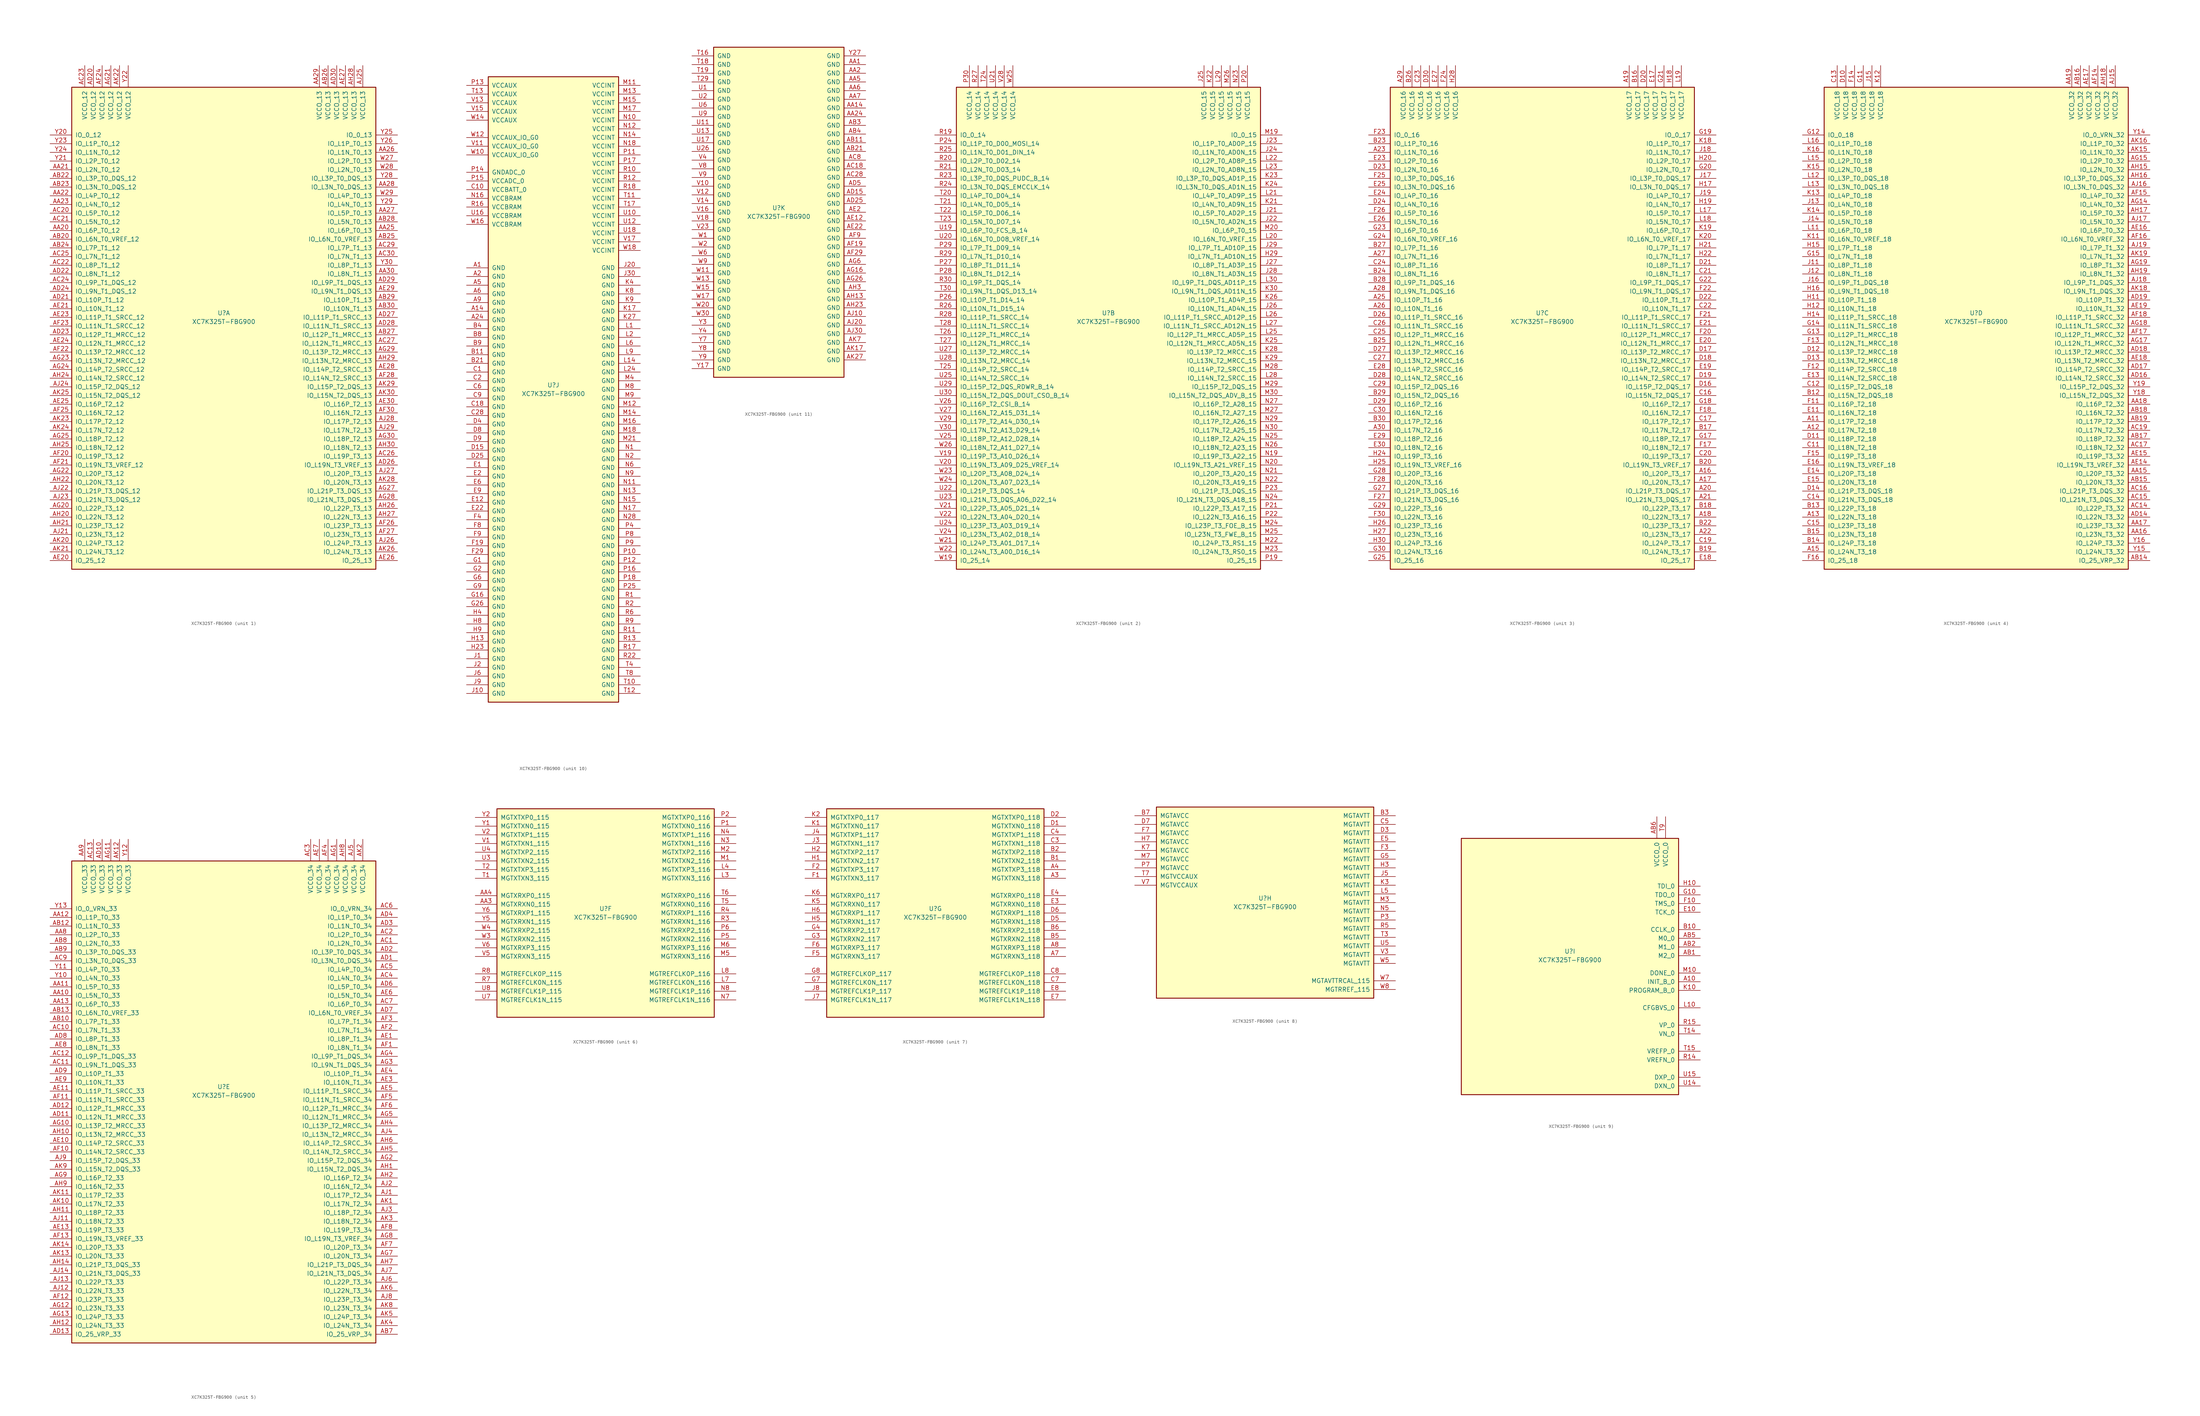
<source format=kicad_sym>
(kicad_symbol_lib
  (version 20201005)
  (generator kicad_symbol_editor)
  (symbol "XC7K325T-FBG900"
    (pin_names
      (offset 1.016))
    (property "Reference" "U"
      (at 0 1.27 0)
      (effects (font (size 1.27 1.27))))
    (property "Value" "XC7K325T-FBG900"
      (at 0 -1.27 0)
      (effects (font (size 1.27 1.27))))
    (property "Datasheet" ""
      (at 0 0 0)
      (effects (font (size 1.27 1.27))))
    (property "ki_locked" ""
      (at 0 0 0)
      (effects (font (size 1.27 1.27))))
    (symbol "XC7K325T-FBG900_1_1"
      (rectangle (start -44.45 67.31) (end 44.45 -73.66) (stroke (width 0.254)) (fill (type background)))
      (pin power_in line (at -40.64 73.66 270) (length 6.35) (name "VCCO_12" (effects (font (size 1.27 1.27)))) (number "AC23" (effects (font (size 1.27 1.27)))))
      (pin power_in line (at -38.1 73.66 270) (length 6.35) (name "VCCO_12" (effects (font (size 1.27 1.27)))) (number "AD20" (effects (font (size 1.27 1.27)))))
      (pin power_in line (at -35.56 73.66 270) (length 6.35) (name "VCCO_12" (effects (font (size 1.27 1.27)))) (number "AF24" (effects (font (size 1.27 1.27)))))
      (pin power_in line (at -33.02 73.66 270) (length 6.35) (name "VCCO_12" (effects (font (size 1.27 1.27)))) (number "AG21" (effects (font (size 1.27 1.27)))))
      (pin power_in line (at -30.48 73.66 270) (length 6.35) (name "VCCO_12" (effects (font (size 1.27 1.27)))) (number "AK22" (effects (font (size 1.27 1.27)))))
      (pin power_in line (at -27.94 73.66 270) (length 6.35) (name "VCCO_12" (effects (font (size 1.27 1.27)))) (number "Y22" (effects (font (size 1.27 1.27)))))
      (pin bidirectional line (at -50.8 53.34 0) (length 6.35) (name "IO_0_12" (effects (font (size 1.27 1.27)))) (number "Y20" (effects (font (size 1.27 1.27)))))
      (pin bidirectional line (at -50.8 50.8 0) (length 6.35) (name "IO_L1P_T0_12" (effects (font (size 1.27 1.27)))) (number "Y23" (effects (font (size 1.27 1.27)))))
      (pin bidirectional line (at -50.8 48.26 0) (length 6.35) (name "IO_L1N_T0_12" (effects (font (size 1.27 1.27)))) (number "Y24" (effects (font (size 1.27 1.27)))))
      (pin bidirectional line (at -50.8 45.72 0) (length 6.35) (name "IO_L2P_T0_12" (effects (font (size 1.27 1.27)))) (number "Y21" (effects (font (size 1.27 1.27)))))
      (pin bidirectional line (at -50.8 43.18 0) (length 6.35) (name "IO_L2N_T0_12" (effects (font (size 1.27 1.27)))) (number "AA21" (effects (font (size 1.27 1.27)))))
      (pin bidirectional line (at -50.8 40.64 0) (length 6.35) (name "IO_L3P_T0_DQS_12" (effects (font (size 1.27 1.27)))) (number "AB22" (effects (font (size 1.27 1.27)))))
      (pin bidirectional line (at -50.8 38.1 0) (length 6.35) (name "IO_L3N_T0_DQS_12" (effects (font (size 1.27 1.27)))) (number "AB23" (effects (font (size 1.27 1.27)))))
      (pin bidirectional line (at -50.8 35.56 0) (length 6.35) (name "IO_L4P_T0_12" (effects (font (size 1.27 1.27)))) (number "AA22" (effects (font (size 1.27 1.27)))))
      (pin bidirectional line (at -50.8 33.02 0) (length 6.35) (name "IO_L4N_T0_12" (effects (font (size 1.27 1.27)))) (number "AA23" (effects (font (size 1.27 1.27)))))
      (pin bidirectional line (at -50.8 30.48 0) (length 6.35) (name "IO_L5P_T0_12" (effects (font (size 1.27 1.27)))) (number "AC20" (effects (font (size 1.27 1.27)))))
      (pin bidirectional line (at -50.8 27.94 0) (length 6.35) (name "IO_L5N_T0_12" (effects (font (size 1.27 1.27)))) (number "AC21" (effects (font (size 1.27 1.27)))))
      (pin bidirectional line (at -50.8 25.4 0) (length 6.35) (name "IO_L6P_T0_12" (effects (font (size 1.27 1.27)))) (number "AA20" (effects (font (size 1.27 1.27)))))
      (pin bidirectional line (at -50.8 22.86 0) (length 6.35) (name "IO_L6N_T0_VREF_12" (effects (font (size 1.27 1.27)))) (number "AB20" (effects (font (size 1.27 1.27)))))
      (pin bidirectional line (at -50.8 20.32 0) (length 6.35) (name "IO_L7P_T1_12" (effects (font (size 1.27 1.27)))) (number "AB24" (effects (font (size 1.27 1.27)))))
      (pin bidirectional line (at -50.8 17.78 0) (length 6.35) (name "IO_L7N_T1_12" (effects (font (size 1.27 1.27)))) (number "AC25" (effects (font (size 1.27 1.27)))))
      (pin bidirectional line (at -50.8 15.24 0) (length 6.35) (name "IO_L8P_T1_12" (effects (font (size 1.27 1.27)))) (number "AC22" (effects (font (size 1.27 1.27)))))
      (pin bidirectional line (at -50.8 12.7 0) (length 6.35) (name "IO_L8N_T1_12" (effects (font (size 1.27 1.27)))) (number "AD22" (effects (font (size 1.27 1.27)))))
      (pin bidirectional line (at -50.8 10.16 0) (length 6.35) (name "IO_L9P_T1_DQS_12" (effects (font (size 1.27 1.27)))) (number "AC24" (effects (font (size 1.27 1.27)))))
      (pin bidirectional line (at -50.8 7.62 0) (length 6.35) (name "IO_L9N_T1_DQS_12" (effects (font (size 1.27 1.27)))) (number "AD24" (effects (font (size 1.27 1.27)))))
      (pin bidirectional line (at -50.8 5.08 0) (length 6.35) (name "IO_L10P_T1_12" (effects (font (size 1.27 1.27)))) (number "AD21" (effects (font (size 1.27 1.27)))))
      (pin bidirectional line (at -50.8 2.54 0) (length 6.35) (name "IO_L10N_T1_12" (effects (font (size 1.27 1.27)))) (number "AE21" (effects (font (size 1.27 1.27)))))
      (pin bidirectional line (at -50.8 0 0) (length 6.35) (name "IO_L11P_T1_SRCC_12" (effects (font (size 1.27 1.27)))) (number "AE23" (effects (font (size 1.27 1.27)))))
      (pin bidirectional line (at -50.8 -2.54 0) (length 6.35) (name "IO_L11N_T1_SRCC_12" (effects (font (size 1.27 1.27)))) (number "AF23" (effects (font (size 1.27 1.27)))))
      (pin bidirectional line (at -50.8 -5.08 0) (length 6.35) (name "IO_L12P_T1_MRCC_12" (effects (font (size 1.27 1.27)))) (number "AD23" (effects (font (size 1.27 1.27)))))
      (pin bidirectional line (at -50.8 -7.62 0) (length 6.35) (name "IO_L12N_T1_MRCC_12" (effects (font (size 1.27 1.27)))) (number "AE24" (effects (font (size 1.27 1.27)))))
      (pin bidirectional line (at -50.8 -10.16 0) (length 6.35) (name "IO_L13P_T2_MRCC_12" (effects (font (size 1.27 1.27)))) (number "AF22" (effects (font (size 1.27 1.27)))))
      (pin bidirectional line (at -50.8 -12.7 0) (length 6.35) (name "IO_L13N_T2_MRCC_12" (effects (font (size 1.27 1.27)))) (number "AG23" (effects (font (size 1.27 1.27)))))
      (pin bidirectional line (at -50.8 -15.24 0) (length 6.35) (name "IO_L14P_T2_SRCC_12" (effects (font (size 1.27 1.27)))) (number "AG24" (effects (font (size 1.27 1.27)))))
      (pin bidirectional line (at -50.8 -17.78 0) (length 6.35) (name "IO_L14N_T2_SRCC_12" (effects (font (size 1.27 1.27)))) (number "AH24" (effects (font (size 1.27 1.27)))))
      (pin bidirectional line (at -50.8 -20.32 0) (length 6.35) (name "IO_L15P_T2_DQS_12" (effects (font (size 1.27 1.27)))) (number "AJ24" (effects (font (size 1.27 1.27)))))
      (pin bidirectional line (at -50.8 -22.86 0) (length 6.35) (name "IO_L15N_T2_DQS_12" (effects (font (size 1.27 1.27)))) (number "AK25" (effects (font (size 1.27 1.27)))))
      (pin bidirectional line (at -50.8 -25.4 0) (length 6.35) (name "IO_L16P_T2_12" (effects (font (size 1.27 1.27)))) (number "AE25" (effects (font (size 1.27 1.27)))))
      (pin bidirectional line (at -50.8 -27.94 0) (length 6.35) (name "IO_L16N_T2_12" (effects (font (size 1.27 1.27)))) (number "AF25" (effects (font (size 1.27 1.27)))))
      (pin bidirectional line (at -50.8 -30.48 0) (length 6.35) (name "IO_L17P_T2_12" (effects (font (size 1.27 1.27)))) (number "AK23" (effects (font (size 1.27 1.27)))))
      (pin bidirectional line (at -50.8 -33.02 0) (length 6.35) (name "IO_L17N_T2_12" (effects (font (size 1.27 1.27)))) (number "AK24" (effects (font (size 1.27 1.27)))))
      (pin bidirectional line (at -50.8 -35.56 0) (length 6.35) (name "IO_L18P_T2_12" (effects (font (size 1.27 1.27)))) (number "AG25" (effects (font (size 1.27 1.27)))))
      (pin bidirectional line (at -50.8 -38.1 0) (length 6.35) (name "IO_L18N_T2_12" (effects (font (size 1.27 1.27)))) (number "AH25" (effects (font (size 1.27 1.27)))))
      (pin bidirectional line (at -50.8 -40.64 0) (length 6.35) (name "IO_L19P_T3_12" (effects (font (size 1.27 1.27)))) (number "AF20" (effects (font (size 1.27 1.27)))))
      (pin bidirectional line (at -50.8 -43.18 0) (length 6.35) (name "IO_L19N_T3_VREF_12" (effects (font (size 1.27 1.27)))) (number "AF21" (effects (font (size 1.27 1.27)))))
      (pin bidirectional line (at -50.8 -45.72 0) (length 6.35) (name "IO_L20P_T3_12" (effects (font (size 1.27 1.27)))) (number "AG22" (effects (font (size 1.27 1.27)))))
      (pin bidirectional line (at -50.8 -48.26 0) (length 6.35) (name "IO_L20N_T3_12" (effects (font (size 1.27 1.27)))) (number "AH22" (effects (font (size 1.27 1.27)))))
      (pin bidirectional line (at -50.8 -50.8 0) (length 6.35) (name "IO_L21P_T3_DQS_12" (effects (font (size 1.27 1.27)))) (number "AJ22" (effects (font (size 1.27 1.27)))))
      (pin bidirectional line (at -50.8 -53.34 0) (length 6.35) (name "IO_L21N_T3_DQS_12" (effects (font (size 1.27 1.27)))) (number "AJ23" (effects (font (size 1.27 1.27)))))
      (pin bidirectional line (at -50.8 -55.88 0) (length 6.35) (name "IO_L22P_T3_12" (effects (font (size 1.27 1.27)))) (number "AG20" (effects (font (size 1.27 1.27)))))
      (pin bidirectional line (at -50.8 -58.42 0) (length 6.35) (name "IO_L22N_T3_12" (effects (font (size 1.27 1.27)))) (number "AH20" (effects (font (size 1.27 1.27)))))
      (pin bidirectional line (at -50.8 -60.96 0) (length 6.35) (name "IO_L23P_T3_12" (effects (font (size 1.27 1.27)))) (number "AH21" (effects (font (size 1.27 1.27)))))
      (pin bidirectional line (at -50.8 -63.5 0) (length 6.35) (name "IO_L23N_T3_12" (effects (font (size 1.27 1.27)))) (number "AJ21" (effects (font (size 1.27 1.27)))))
      (pin bidirectional line (at -50.8 -66.04 0) (length 6.35) (name "IO_L24P_T3_12" (effects (font (size 1.27 1.27)))) (number "AK20" (effects (font (size 1.27 1.27)))))
      (pin bidirectional line (at -50.8 -68.58 0) (length 6.35) (name "IO_L24N_T3_12" (effects (font (size 1.27 1.27)))) (number "AK21" (effects (font (size 1.27 1.27)))))
      (pin bidirectional line (at -50.8 -71.12 0) (length 6.35) (name "IO_25_12" (effects (font (size 1.27 1.27)))) (number "AE20" (effects (font (size 1.27 1.27)))))
      (pin power_in line (at 27.94 73.66 270) (length 6.35) (name "VCCO_13" (effects (font (size 1.27 1.27)))) (number "AA29" (effects (font (size 1.27 1.27)))))
      (pin power_in line (at 30.48 73.66 270) (length 6.35) (name "VCCO_13" (effects (font (size 1.27 1.27)))) (number "AB26" (effects (font (size 1.27 1.27)))))
      (pin power_in line (at 33.02 73.66 270) (length 6.35) (name "VCCO_13" (effects (font (size 1.27 1.27)))) (number "AD30" (effects (font (size 1.27 1.27)))))
      (pin power_in line (at 35.56 73.66 270) (length 6.35) (name "VCCO_13" (effects (font (size 1.27 1.27)))) (number "AE27" (effects (font (size 1.27 1.27)))))
      (pin power_in line (at 38.1 73.66 270) (length 6.35) (name "VCCO_13" (effects (font (size 1.27 1.27)))) (number "AH28" (effects (font (size 1.27 1.27)))))
      (pin power_in line (at 40.64 73.66 270) (length 6.35) (name "VCCO_13" (effects (font (size 1.27 1.27)))) (number "AJ25" (effects (font (size 1.27 1.27)))))
      (pin bidirectional line (at 50.8 53.34 180) (length 6.35) (name "IO_0_13" (effects (font (size 1.27 1.27)))) (number "Y25" (effects (font (size 1.27 1.27)))))
      (pin bidirectional line (at 50.8 50.8 180) (length 6.35) (name "IO_L1P_T0_13" (effects (font (size 1.27 1.27)))) (number "Y26" (effects (font (size 1.27 1.27)))))
      (pin bidirectional line (at 50.8 48.26 180) (length 6.35) (name "IO_L1N_T0_13" (effects (font (size 1.27 1.27)))) (number "AA26" (effects (font (size 1.27 1.27)))))
      (pin bidirectional line (at 50.8 45.72 180) (length 6.35) (name "IO_L2P_T0_13" (effects (font (size 1.27 1.27)))) (number "W27" (effects (font (size 1.27 1.27)))))
      (pin bidirectional line (at 50.8 43.18 180) (length 6.35) (name "IO_L2N_T0_13" (effects (font (size 1.27 1.27)))) (number "W28" (effects (font (size 1.27 1.27)))))
      (pin bidirectional line (at 50.8 40.64 180) (length 6.35) (name "IO_L3P_T0_DQS_13" (effects (font (size 1.27 1.27)))) (number "Y28" (effects (font (size 1.27 1.27)))))
      (pin bidirectional line (at 50.8 38.1 180) (length 6.35) (name "IO_L3N_T0_DQS_13" (effects (font (size 1.27 1.27)))) (number "AA28" (effects (font (size 1.27 1.27)))))
      (pin bidirectional line (at 50.8 35.56 180) (length 6.35) (name "IO_L4P_T0_13" (effects (font (size 1.27 1.27)))) (number "W29" (effects (font (size 1.27 1.27)))))
      (pin bidirectional line (at 50.8 33.02 180) (length 6.35) (name "IO_L4N_T0_13" (effects (font (size 1.27 1.27)))) (number "Y29" (effects (font (size 1.27 1.27)))))
      (pin bidirectional line (at 50.8 30.48 180) (length 6.35) (name "IO_L5P_T0_13" (effects (font (size 1.27 1.27)))) (number "AA27" (effects (font (size 1.27 1.27)))))
      (pin bidirectional line (at 50.8 27.94 180) (length 6.35) (name "IO_L5N_T0_13" (effects (font (size 1.27 1.27)))) (number "AB28" (effects (font (size 1.27 1.27)))))
      (pin bidirectional line (at 50.8 25.4 180) (length 6.35) (name "IO_L6P_T0_13" (effects (font (size 1.27 1.27)))) (number "AA25" (effects (font (size 1.27 1.27)))))
      (pin bidirectional line (at 50.8 22.86 180) (length 6.35) (name "IO_L6N_T0_VREF_13" (effects (font (size 1.27 1.27)))) (number "AB25" (effects (font (size 1.27 1.27)))))
      (pin bidirectional line (at 50.8 20.32 180) (length 6.35) (name "IO_L7P_T1_13" (effects (font (size 1.27 1.27)))) (number "AC29" (effects (font (size 1.27 1.27)))))
      (pin bidirectional line (at 50.8 17.78 180) (length 6.35) (name "IO_L7N_T1_13" (effects (font (size 1.27 1.27)))) (number "AC30" (effects (font (size 1.27 1.27)))))
      (pin bidirectional line (at 50.8 15.24 180) (length 6.35) (name "IO_L8P_T1_13" (effects (font (size 1.27 1.27)))) (number "Y30" (effects (font (size 1.27 1.27)))))
      (pin bidirectional line (at 50.8 12.7 180) (length 6.35) (name "IO_L8N_T1_13" (effects (font (size 1.27 1.27)))) (number "AA30" (effects (font (size 1.27 1.27)))))
      (pin bidirectional line (at 50.8 10.16 180) (length 6.35) (name "IO_L9P_T1_DQS_13" (effects (font (size 1.27 1.27)))) (number "AD29" (effects (font (size 1.27 1.27)))))
      (pin bidirectional line (at 50.8 7.62 180) (length 6.35) (name "IO_L9N_T1_DQS_13" (effects (font (size 1.27 1.27)))) (number "AE29" (effects (font (size 1.27 1.27)))))
      (pin bidirectional line (at 50.8 5.08 180) (length 6.35) (name "IO_L10P_T1_13" (effects (font (size 1.27 1.27)))) (number "AB29" (effects (font (size 1.27 1.27)))))
      (pin bidirectional line (at 50.8 2.54 180) (length 6.35) (name "IO_L10N_T1_13" (effects (font (size 1.27 1.27)))) (number "AB30" (effects (font (size 1.27 1.27)))))
      (pin bidirectional line (at 50.8 0 180) (length 6.35) (name "IO_L11P_T1_SRCC_13" (effects (font (size 1.27 1.27)))) (number "AD27" (effects (font (size 1.27 1.27)))))
      (pin bidirectional line (at 50.8 -2.54 180) (length 6.35) (name "IO_L11N_T1_SRCC_13" (effects (font (size 1.27 1.27)))) (number "AD28" (effects (font (size 1.27 1.27)))))
      (pin bidirectional line (at 50.8 -5.08 180) (length 6.35) (name "IO_L12P_T1_MRCC_13" (effects (font (size 1.27 1.27)))) (number "AB27" (effects (font (size 1.27 1.27)))))
      (pin bidirectional line (at 50.8 -7.62 180) (length 6.35) (name "IO_L12N_T1_MRCC_13" (effects (font (size 1.27 1.27)))) (number "AC27" (effects (font (size 1.27 1.27)))))
      (pin bidirectional line (at 50.8 -10.16 180) (length 6.35) (name "IO_L13P_T2_MRCC_13" (effects (font (size 1.27 1.27)))) (number "AG29" (effects (font (size 1.27 1.27)))))
      (pin bidirectional line (at 50.8 -12.7 180) (length 6.35) (name "IO_L13N_T2_MRCC_13" (effects (font (size 1.27 1.27)))) (number "AH29" (effects (font (size 1.27 1.27)))))
      (pin bidirectional line (at 50.8 -15.24 180) (length 6.35) (name "IO_L14P_T2_SRCC_13" (effects (font (size 1.27 1.27)))) (number "AE28" (effects (font (size 1.27 1.27)))))
      (pin bidirectional line (at 50.8 -17.78 180) (length 6.35) (name "IO_L14N_T2_SRCC_13" (effects (font (size 1.27 1.27)))) (number "AF28" (effects (font (size 1.27 1.27)))))
      (pin bidirectional line (at 50.8 -20.32 180) (length 6.35) (name "IO_L15P_T2_DQS_13" (effects (font (size 1.27 1.27)))) (number "AK29" (effects (font (size 1.27 1.27)))))
      (pin bidirectional line (at 50.8 -22.86 180) (length 6.35) (name "IO_L15N_T2_DQS_13" (effects (font (size 1.27 1.27)))) (number "AK30" (effects (font (size 1.27 1.27)))))
      (pin bidirectional line (at 50.8 -25.4 180) (length 6.35) (name "IO_L16P_T2_13" (effects (font (size 1.27 1.27)))) (number "AE30" (effects (font (size 1.27 1.27)))))
      (pin bidirectional line (at 50.8 -27.94 180) (length 6.35) (name "IO_L16N_T2_13" (effects (font (size 1.27 1.27)))) (number "AF30" (effects (font (size 1.27 1.27)))))
      (pin bidirectional line (at 50.8 -30.48 180) (length 6.35) (name "IO_L17P_T2_13" (effects (font (size 1.27 1.27)))) (number "AJ28" (effects (font (size 1.27 1.27)))))
      (pin bidirectional line (at 50.8 -33.02 180) (length 6.35) (name "IO_L17N_T2_13" (effects (font (size 1.27 1.27)))) (number "AJ29" (effects (font (size 1.27 1.27)))))
      (pin bidirectional line (at 50.8 -35.56 180) (length 6.35) (name "IO_L18P_T2_13" (effects (font (size 1.27 1.27)))) (number "AG30" (effects (font (size 1.27 1.27)))))
      (pin bidirectional line (at 50.8 -38.1 180) (length 6.35) (name "IO_L18N_T2_13" (effects (font (size 1.27 1.27)))) (number "AH30" (effects (font (size 1.27 1.27)))))
      (pin bidirectional line (at 50.8 -40.64 180) (length 6.35) (name "IO_L19P_T3_13" (effects (font (size 1.27 1.27)))) (number "AC26" (effects (font (size 1.27 1.27)))))
      (pin bidirectional line (at 50.8 -43.18 180) (length 6.35) (name "IO_L19N_T3_VREF_13" (effects (font (size 1.27 1.27)))) (number "AD26" (effects (font (size 1.27 1.27)))))
      (pin bidirectional line (at 50.8 -45.72 180) (length 6.35) (name "IO_L20P_T3_13" (effects (font (size 1.27 1.27)))) (number "AJ27" (effects (font (size 1.27 1.27)))))
      (pin bidirectional line (at 50.8 -48.26 180) (length 6.35) (name "IO_L20N_T3_13" (effects (font (size 1.27 1.27)))) (number "AK28" (effects (font (size 1.27 1.27)))))
      (pin bidirectional line (at 50.8 -50.8 180) (length 6.35) (name "IO_L21P_T3_DQS_13" (effects (font (size 1.27 1.27)))) (number "AG27" (effects (font (size 1.27 1.27)))))
      (pin bidirectional line (at 50.8 -53.34 180) (length 6.35) (name "IO_L21N_T3_DQS_13" (effects (font (size 1.27 1.27)))) (number "AG28" (effects (font (size 1.27 1.27)))))
      (pin bidirectional line (at 50.8 -55.88 180) (length 6.35) (name "IO_L22P_T3_13" (effects (font (size 1.27 1.27)))) (number "AH26" (effects (font (size 1.27 1.27)))))
      (pin bidirectional line (at 50.8 -58.42 180) (length 6.35) (name "IO_L22N_T3_13" (effects (font (size 1.27 1.27)))) (number "AH27" (effects (font (size 1.27 1.27)))))
      (pin bidirectional line (at 50.8 -60.96 180) (length 6.35) (name "IO_L23P_T3_13" (effects (font (size 1.27 1.27)))) (number "AF26" (effects (font (size 1.27 1.27)))))
      (pin bidirectional line (at 50.8 -63.5 180) (length 6.35) (name "IO_L23N_T3_13" (effects (font (size 1.27 1.27)))) (number "AF27" (effects (font (size 1.27 1.27)))))
      (pin bidirectional line (at 50.8 -66.04 180) (length 6.35) (name "IO_L24P_T3_13" (effects (font (size 1.27 1.27)))) (number "AJ26" (effects (font (size 1.27 1.27)))))
      (pin bidirectional line (at 50.8 -68.58 180) (length 6.35) (name "IO_L24N_T3_13" (effects (font (size 1.27 1.27)))) (number "AK26" (effects (font (size 1.27 1.27)))))
      (pin bidirectional line (at 50.8 -71.12 180) (length 6.35) (name "IO_25_13" (effects (font (size 1.27 1.27)))) (number "AE26" (effects (font (size 1.27 1.27))))))
    (symbol "XC7K325T-FBG900_2_1"
      (rectangle (start -44.45 67.31) (end 44.45 -73.66) (stroke (width 0.254)) (fill (type background)))
      (pin power_in line (at -40.64 73.66 270) (length 6.35) (name "VCCO_14" (effects (font (size 1.27 1.27)))) (number "P30" (effects (font (size 1.27 1.27)))))
      (pin power_in line (at -38.1 73.66 270) (length 6.35) (name "VCCO_14" (effects (font (size 1.27 1.27)))) (number "R27" (effects (font (size 1.27 1.27)))))
      (pin power_in line (at -35.56 73.66 270) (length 6.35) (name "VCCO_14" (effects (font (size 1.27 1.27)))) (number "T24" (effects (font (size 1.27 1.27)))))
      (pin power_in line (at -33.02 73.66 270) (length 6.35) (name "VCCO_14" (effects (font (size 1.27 1.27)))) (number "U21" (effects (font (size 1.27 1.27)))))
      (pin power_in line (at -30.48 73.66 270) (length 6.35) (name "VCCO_14" (effects (font (size 1.27 1.27)))) (number "V28" (effects (font (size 1.27 1.27)))))
      (pin power_in line (at -27.94 73.66 270) (length 6.35) (name "VCCO_14" (effects (font (size 1.27 1.27)))) (number "W25" (effects (font (size 1.27 1.27)))))
      (pin bidirectional line (at -50.8 53.34 0) (length 6.35) (name "IO_0_14" (effects (font (size 1.27 1.27)))) (number "R19" (effects (font (size 1.27 1.27)))))
      (pin bidirectional line (at -50.8 50.8 0) (length 6.35) (name "IO_L1P_T0_D00_MOSI_14" (effects (font (size 1.27 1.27)))) (number "P24" (effects (font (size 1.27 1.27)))))
      (pin bidirectional line (at -50.8 48.26 0) (length 6.35) (name "IO_L1N_T0_D01_DIN_14" (effects (font (size 1.27 1.27)))) (number "R25" (effects (font (size 1.27 1.27)))))
      (pin bidirectional line (at -50.8 45.72 0) (length 6.35) (name "IO_L2P_T0_D02_14" (effects (font (size 1.27 1.27)))) (number "R20" (effects (font (size 1.27 1.27)))))
      (pin bidirectional line (at -50.8 43.18 0) (length 6.35) (name "IO_L2N_T0_D03_14" (effects (font (size 1.27 1.27)))) (number "R21" (effects (font (size 1.27 1.27)))))
      (pin bidirectional line (at -50.8 40.64 0) (length 6.35) (name "IO_L3P_T0_DQS_PUDC_B_14" (effects (font (size 1.27 1.27)))) (number "R23" (effects (font (size 1.27 1.27)))))
      (pin bidirectional line (at -50.8 38.1 0) (length 6.35) (name "IO_L3N_T0_DQS_EMCCLK_14" (effects (font (size 1.27 1.27)))) (number "R24" (effects (font (size 1.27 1.27)))))
      (pin bidirectional line (at -50.8 35.56 0) (length 6.35) (name "IO_L4P_T0_D04_14" (effects (font (size 1.27 1.27)))) (number "T20" (effects (font (size 1.27 1.27)))))
      (pin bidirectional line (at -50.8 33.02 0) (length 6.35) (name "IO_L4N_T0_D05_14" (effects (font (size 1.27 1.27)))) (number "T21" (effects (font (size 1.27 1.27)))))
      (pin bidirectional line (at -50.8 30.48 0) (length 6.35) (name "IO_L5P_T0_D06_14" (effects (font (size 1.27 1.27)))) (number "T22" (effects (font (size 1.27 1.27)))))
      (pin bidirectional line (at -50.8 27.94 0) (length 6.35) (name "IO_L5N_T0_D07_14" (effects (font (size 1.27 1.27)))) (number "T23" (effects (font (size 1.27 1.27)))))
      (pin bidirectional line (at -50.8 25.4 0) (length 6.35) (name "IO_L6P_T0_FCS_B_14" (effects (font (size 1.27 1.27)))) (number "U19" (effects (font (size 1.27 1.27)))))
      (pin bidirectional line (at -50.8 22.86 0) (length 6.35) (name "IO_L6N_T0_D08_VREF_14" (effects (font (size 1.27 1.27)))) (number "U20" (effects (font (size 1.27 1.27)))))
      (pin bidirectional line (at -50.8 20.32 0) (length 6.35) (name "IO_L7P_T1_D09_14" (effects (font (size 1.27 1.27)))) (number "P29" (effects (font (size 1.27 1.27)))))
      (pin bidirectional line (at -50.8 17.78 0) (length 6.35) (name "IO_L7N_T1_D10_14" (effects (font (size 1.27 1.27)))) (number "R29" (effects (font (size 1.27 1.27)))))
      (pin bidirectional line (at -50.8 15.24 0) (length 6.35) (name "IO_L8P_T1_D11_14" (effects (font (size 1.27 1.27)))) (number "P27" (effects (font (size 1.27 1.27)))))
      (pin bidirectional line (at -50.8 12.7 0) (length 6.35) (name "IO_L8N_T1_D12_14" (effects (font (size 1.27 1.27)))) (number "P28" (effects (font (size 1.27 1.27)))))
      (pin bidirectional line (at -50.8 10.16 0) (length 6.35) (name "IO_L9P_T1_DQS_14" (effects (font (size 1.27 1.27)))) (number "R30" (effects (font (size 1.27 1.27)))))
      (pin bidirectional line (at -50.8 7.62 0) (length 6.35) (name "IO_L9N_T1_DQS_D13_14" (effects (font (size 1.27 1.27)))) (number "T30" (effects (font (size 1.27 1.27)))))
      (pin bidirectional line (at -50.8 5.08 0) (length 6.35) (name "IO_L10P_T1_D14_14" (effects (font (size 1.27 1.27)))) (number "P26" (effects (font (size 1.27 1.27)))))
      (pin bidirectional line (at -50.8 2.54 0) (length 6.35) (name "IO_L10N_T1_D15_14" (effects (font (size 1.27 1.27)))) (number "R26" (effects (font (size 1.27 1.27)))))
      (pin bidirectional line (at -50.8 0 0) (length 6.35) (name "IO_L11P_T1_SRCC_14" (effects (font (size 1.27 1.27)))) (number "R28" (effects (font (size 1.27 1.27)))))
      (pin bidirectional line (at -50.8 -2.54 0) (length 6.35) (name "IO_L11N_T1_SRCC_14" (effects (font (size 1.27 1.27)))) (number "T28" (effects (font (size 1.27 1.27)))))
      (pin bidirectional line (at -50.8 -5.08 0) (length 6.35) (name "IO_L12P_T1_MRCC_14" (effects (font (size 1.27 1.27)))) (number "T26" (effects (font (size 1.27 1.27)))))
      (pin bidirectional line (at -50.8 -7.62 0) (length 6.35) (name "IO_L12N_T1_MRCC_14" (effects (font (size 1.27 1.27)))) (number "T27" (effects (font (size 1.27 1.27)))))
      (pin bidirectional line (at -50.8 -10.16 0) (length 6.35) (name "IO_L13P_T2_MRCC_14" (effects (font (size 1.27 1.27)))) (number "U27" (effects (font (size 1.27 1.27)))))
      (pin bidirectional line (at -50.8 -12.7 0) (length 6.35) (name "IO_L13N_T2_MRCC_14" (effects (font (size 1.27 1.27)))) (number "U28" (effects (font (size 1.27 1.27)))))
      (pin bidirectional line (at -50.8 -15.24 0) (length 6.35) (name "IO_L14P_T2_SRCC_14" (effects (font (size 1.27 1.27)))) (number "T25" (effects (font (size 1.27 1.27)))))
      (pin bidirectional line (at -50.8 -17.78 0) (length 6.35) (name "IO_L14N_T2_SRCC_14" (effects (font (size 1.27 1.27)))) (number "U25" (effects (font (size 1.27 1.27)))))
      (pin bidirectional line (at -50.8 -20.32 0) (length 6.35) (name "IO_L15P_T2_DQS_RDWR_B_14" (effects (font (size 1.27 1.27)))) (number "U29" (effects (font (size 1.27 1.27)))))
      (pin bidirectional line (at -50.8 -22.86 0) (length 6.35) (name "IO_L15N_T2_DQS_DOUT_CSO_B_14" (effects (font (size 1.27 1.27)))) (number "U30" (effects (font (size 1.27 1.27)))))
      (pin bidirectional line (at -50.8 -25.4 0) (length 6.35) (name "IO_L16P_T2_CSI_B_14" (effects (font (size 1.27 1.27)))) (number "V26" (effects (font (size 1.27 1.27)))))
      (pin bidirectional line (at -50.8 -27.94 0) (length 6.35) (name "IO_L16N_T2_A15_D31_14" (effects (font (size 1.27 1.27)))) (number "V27" (effects (font (size 1.27 1.27)))))
      (pin bidirectional line (at -50.8 -30.48 0) (length 6.35) (name "IO_L17P_T2_A14_D30_14" (effects (font (size 1.27 1.27)))) (number "V29" (effects (font (size 1.27 1.27)))))
      (pin bidirectional line (at -50.8 -33.02 0) (length 6.35) (name "IO_L17N_T2_A13_D29_14" (effects (font (size 1.27 1.27)))) (number "V30" (effects (font (size 1.27 1.27)))))
      (pin bidirectional line (at -50.8 -35.56 0) (length 6.35) (name "IO_L18P_T2_A12_D28_14" (effects (font (size 1.27 1.27)))) (number "V25" (effects (font (size 1.27 1.27)))))
      (pin bidirectional line (at -50.8 -38.1 0) (length 6.35) (name "IO_L18N_T2_A11_D27_14" (effects (font (size 1.27 1.27)))) (number "W26" (effects (font (size 1.27 1.27)))))
      (pin bidirectional line (at -50.8 -40.64 0) (length 6.35) (name "IO_L19P_T3_A10_D26_14" (effects (font (size 1.27 1.27)))) (number "V19" (effects (font (size 1.27 1.27)))))
      (pin bidirectional line (at -50.8 -43.18 0) (length 6.35) (name "IO_L19N_T3_A09_D25_VREF_14" (effects (font (size 1.27 1.27)))) (number "V20" (effects (font (size 1.27 1.27)))))
      (pin bidirectional line (at -50.8 -45.72 0) (length 6.35) (name "IO_L20P_T3_A08_D24_14" (effects (font (size 1.27 1.27)))) (number "W23" (effects (font (size 1.27 1.27)))))
      (pin bidirectional line (at -50.8 -48.26 0) (length 6.35) (name "IO_L20N_T3_A07_D23_14" (effects (font (size 1.27 1.27)))) (number "W24" (effects (font (size 1.27 1.27)))))
      (pin bidirectional line (at -50.8 -50.8 0) (length 6.35) (name "IO_L21P_T3_DQS_14" (effects (font (size 1.27 1.27)))) (number "U22" (effects (font (size 1.27 1.27)))))
      (pin bidirectional line (at -50.8 -53.34 0) (length 6.35) (name "IO_L21N_T3_DQS_A06_D22_14" (effects (font (size 1.27 1.27)))) (number "U23" (effects (font (size 1.27 1.27)))))
      (pin bidirectional line (at -50.8 -55.88 0) (length 6.35) (name "IO_L22P_T3_A05_D21_14" (effects (font (size 1.27 1.27)))) (number "V21" (effects (font (size 1.27 1.27)))))
      (pin bidirectional line (at -50.8 -58.42 0) (length 6.35) (name "IO_L22N_T3_A04_D20_14" (effects (font (size 1.27 1.27)))) (number "V22" (effects (font (size 1.27 1.27)))))
      (pin bidirectional line (at -50.8 -60.96 0) (length 6.35) (name "IO_L23P_T3_A03_D19_14" (effects (font (size 1.27 1.27)))) (number "U24" (effects (font (size 1.27 1.27)))))
      (pin bidirectional line (at -50.8 -63.5 0) (length 6.35) (name "IO_L23N_T3_A02_D18_14" (effects (font (size 1.27 1.27)))) (number "V24" (effects (font (size 1.27 1.27)))))
      (pin bidirectional line (at -50.8 -66.04 0) (length 6.35) (name "IO_L24P_T3_A01_D17_14" (effects (font (size 1.27 1.27)))) (number "W21" (effects (font (size 1.27 1.27)))))
      (pin bidirectional line (at -50.8 -68.58 0) (length 6.35) (name "IO_L24N_T3_A00_D16_14" (effects (font (size 1.27 1.27)))) (number "W22" (effects (font (size 1.27 1.27)))))
      (pin bidirectional line (at -50.8 -71.12 0) (length 6.35) (name "IO_25_14" (effects (font (size 1.27 1.27)))) (number "W19" (effects (font (size 1.27 1.27)))))
      (pin power_in line (at 27.94 73.66 270) (length 6.35) (name "VCCO_15" (effects (font (size 1.27 1.27)))) (number "J25" (effects (font (size 1.27 1.27)))))
      (pin power_in line (at 30.48 73.66 270) (length 6.35) (name "VCCO_15" (effects (font (size 1.27 1.27)))) (number "K22" (effects (font (size 1.27 1.27)))))
      (pin power_in line (at 33.02 73.66 270) (length 6.35) (name "VCCO_15" (effects (font (size 1.27 1.27)))) (number "L29" (effects (font (size 1.27 1.27)))))
      (pin power_in line (at 35.56 73.66 270) (length 6.35) (name "VCCO_15" (effects (font (size 1.27 1.27)))) (number "M26" (effects (font (size 1.27 1.27)))))
      (pin power_in line (at 38.1 73.66 270) (length 6.35) (name "VCCO_15" (effects (font (size 1.27 1.27)))) (number "N23" (effects (font (size 1.27 1.27)))))
      (pin power_in line (at 40.64 73.66 270) (length 6.35) (name "VCCO_15" (effects (font (size 1.27 1.27)))) (number "P20" (effects (font (size 1.27 1.27)))))
      (pin bidirectional line (at 50.8 53.34 180) (length 6.35) (name "IO_0_15" (effects (font (size 1.27 1.27)))) (number "M19" (effects (font (size 1.27 1.27)))))
      (pin bidirectional line (at 50.8 50.8 180) (length 6.35) (name "IO_L1P_T0_AD0P_15" (effects (font (size 1.27 1.27)))) (number "J23" (effects (font (size 1.27 1.27)))))
      (pin bidirectional line (at 50.8 48.26 180) (length 6.35) (name "IO_L1N_T0_AD0N_15" (effects (font (size 1.27 1.27)))) (number "J24" (effects (font (size 1.27 1.27)))))
      (pin bidirectional line (at 50.8 45.72 180) (length 6.35) (name "IO_L2P_T0_AD8P_15" (effects (font (size 1.27 1.27)))) (number "L22" (effects (font (size 1.27 1.27)))))
      (pin bidirectional line (at 50.8 43.18 180) (length 6.35) (name "IO_L2N_T0_AD8N_15" (effects (font (size 1.27 1.27)))) (number "L23" (effects (font (size 1.27 1.27)))))
      (pin bidirectional line (at 50.8 40.64 180) (length 6.35) (name "IO_L3P_T0_DQS_AD1P_15" (effects (font (size 1.27 1.27)))) (number "K23" (effects (font (size 1.27 1.27)))))
      (pin bidirectional line (at 50.8 38.1 180) (length 6.35) (name "IO_L3N_T0_DQS_AD1N_15" (effects (font (size 1.27 1.27)))) (number "K24" (effects (font (size 1.27 1.27)))))
      (pin bidirectional line (at 50.8 35.56 180) (length 6.35) (name "IO_L4P_T0_AD9P_15" (effects (font (size 1.27 1.27)))) (number "L21" (effects (font (size 1.27 1.27)))))
      (pin bidirectional line (at 50.8 33.02 180) (length 6.35) (name "IO_L4N_T0_AD9N_15" (effects (font (size 1.27 1.27)))) (number "K21" (effects (font (size 1.27 1.27)))))
      (pin bidirectional line (at 50.8 30.48 180) (length 6.35) (name "IO_L5P_T0_AD2P_15" (effects (font (size 1.27 1.27)))) (number "J21" (effects (font (size 1.27 1.27)))))
      (pin bidirectional line (at 50.8 27.94 180) (length 6.35) (name "IO_L5N_T0_AD2N_15" (effects (font (size 1.27 1.27)))) (number "J22" (effects (font (size 1.27 1.27)))))
      (pin bidirectional line (at 50.8 25.4 180) (length 6.35) (name "IO_L6P_T0_15" (effects (font (size 1.27 1.27)))) (number "M20" (effects (font (size 1.27 1.27)))))
      (pin bidirectional line (at 50.8 22.86 180) (length 6.35) (name "IO_L6N_T0_VREF_15" (effects (font (size 1.27 1.27)))) (number "L20" (effects (font (size 1.27 1.27)))))
      (pin bidirectional line (at 50.8 20.32 180) (length 6.35) (name "IO_L7P_T1_AD10P_15" (effects (font (size 1.27 1.27)))) (number "J29" (effects (font (size 1.27 1.27)))))
      (pin bidirectional line (at 50.8 17.78 180) (length 6.35) (name "IO_L7N_T1_AD10N_15" (effects (font (size 1.27 1.27)))) (number "H29" (effects (font (size 1.27 1.27)))))
      (pin bidirectional line (at 50.8 15.24 180) (length 6.35) (name "IO_L8P_T1_AD3P_15" (effects (font (size 1.27 1.27)))) (number "J27" (effects (font (size 1.27 1.27)))))
      (pin bidirectional line (at 50.8 12.7 180) (length 6.35) (name "IO_L8N_T1_AD3N_15" (effects (font (size 1.27 1.27)))) (number "J28" (effects (font (size 1.27 1.27)))))
      (pin bidirectional line (at 50.8 10.16 180) (length 6.35) (name "IO_L9P_T1_DQS_AD11P_15" (effects (font (size 1.27 1.27)))) (number "L30" (effects (font (size 1.27 1.27)))))
      (pin bidirectional line (at 50.8 7.62 180) (length 6.35) (name "IO_L9N_T1_DQS_AD11N_15" (effects (font (size 1.27 1.27)))) (number "K30" (effects (font (size 1.27 1.27)))))
      (pin bidirectional line (at 50.8 5.08 180) (length 6.35) (name "IO_L10P_T1_AD4P_15" (effects (font (size 1.27 1.27)))) (number "K26" (effects (font (size 1.27 1.27)))))
      (pin bidirectional line (at 50.8 2.54 180) (length 6.35) (name "IO_L10N_T1_AD4N_15" (effects (font (size 1.27 1.27)))) (number "J26" (effects (font (size 1.27 1.27)))))
      (pin bidirectional line (at 50.8 0 180) (length 6.35) (name "IO_L11P_T1_SRCC_AD12P_15" (effects (font (size 1.27 1.27)))) (number "L26" (effects (font (size 1.27 1.27)))))
      (pin bidirectional line (at 50.8 -2.54 180) (length 6.35) (name "IO_L11N_T1_SRCC_AD12N_15" (effects (font (size 1.27 1.27)))) (number "L27" (effects (font (size 1.27 1.27)))))
      (pin bidirectional line (at 50.8 -5.08 180) (length 6.35) (name "IO_L12P_T1_MRCC_AD5P_15" (effects (font (size 1.27 1.27)))) (number "L25" (effects (font (size 1.27 1.27)))))
      (pin bidirectional line (at 50.8 -7.62 180) (length 6.35) (name "IO_L12N_T1_MRCC_AD5N_15" (effects (font (size 1.27 1.27)))) (number "K25" (effects (font (size 1.27 1.27)))))
      (pin bidirectional line (at 50.8 -10.16 180) (length 6.35) (name "IO_L13P_T2_MRCC_15" (effects (font (size 1.27 1.27)))) (number "K28" (effects (font (size 1.27 1.27)))))
      (pin bidirectional line (at 50.8 -12.7 180) (length 6.35) (name "IO_L13N_T2_MRCC_15" (effects (font (size 1.27 1.27)))) (number "K29" (effects (font (size 1.27 1.27)))))
      (pin bidirectional line (at 50.8 -15.24 180) (length 6.35) (name "IO_L14P_T2_SRCC_15" (effects (font (size 1.27 1.27)))) (number "M28" (effects (font (size 1.27 1.27)))))
      (pin bidirectional line (at 50.8 -17.78 180) (length 6.35) (name "IO_L14N_T2_SRCC_15" (effects (font (size 1.27 1.27)))) (number "L28" (effects (font (size 1.27 1.27)))))
      (pin bidirectional line (at 50.8 -20.32 180) (length 6.35) (name "IO_L15P_T2_DQS_15" (effects (font (size 1.27 1.27)))) (number "M29" (effects (font (size 1.27 1.27)))))
      (pin bidirectional line (at 50.8 -22.86 180) (length 6.35) (name "IO_L15N_T2_DQS_ADV_B_15" (effects (font (size 1.27 1.27)))) (number "M30" (effects (font (size 1.27 1.27)))))
      (pin bidirectional line (at 50.8 -25.4 180) (length 6.35) (name "IO_L16P_T2_A28_15" (effects (font (size 1.27 1.27)))) (number "N27" (effects (font (size 1.27 1.27)))))
      (pin bidirectional line (at 50.8 -27.94 180) (length 6.35) (name "IO_L16N_T2_A27_15" (effects (font (size 1.27 1.27)))) (number "M27" (effects (font (size 1.27 1.27)))))
      (pin bidirectional line (at 50.8 -30.48 180) (length 6.35) (name "IO_L17P_T2_A26_15" (effects (font (size 1.27 1.27)))) (number "N29" (effects (font (size 1.27 1.27)))))
      (pin bidirectional line (at 50.8 -33.02 180) (length 6.35) (name "IO_L17N_T2_A25_15" (effects (font (size 1.27 1.27)))) (number "N30" (effects (font (size 1.27 1.27)))))
      (pin bidirectional line (at 50.8 -35.56 180) (length 6.35) (name "IO_L18P_T2_A24_15" (effects (font (size 1.27 1.27)))) (number "N25" (effects (font (size 1.27 1.27)))))
      (pin bidirectional line (at 50.8 -38.1 180) (length 6.35) (name "IO_L18N_T2_A23_15" (effects (font (size 1.27 1.27)))) (number "N26" (effects (font (size 1.27 1.27)))))
      (pin bidirectional line (at 50.8 -40.64 180) (length 6.35) (name "IO_L19P_T3_A22_15" (effects (font (size 1.27 1.27)))) (number "N19" (effects (font (size 1.27 1.27)))))
      (pin bidirectional line (at 50.8 -43.18 180) (length 6.35) (name "IO_L19N_T3_A21_VREF_15" (effects (font (size 1.27 1.27)))) (number "N20" (effects (font (size 1.27 1.27)))))
      (pin bidirectional line (at 50.8 -45.72 180) (length 6.35) (name "IO_L20P_T3_A20_15" (effects (font (size 1.27 1.27)))) (number "N21" (effects (font (size 1.27 1.27)))))
      (pin bidirectional line (at 50.8 -48.26 180) (length 6.35) (name "IO_L20N_T3_A19_15" (effects (font (size 1.27 1.27)))) (number "N22" (effects (font (size 1.27 1.27)))))
      (pin bidirectional line (at 50.8 -50.8 180) (length 6.35) (name "IO_L21P_T3_DQS_15" (effects (font (size 1.27 1.27)))) (number "P23" (effects (font (size 1.27 1.27)))))
      (pin bidirectional line (at 50.8 -53.34 180) (length 6.35) (name "IO_L21N_T3_DQS_A18_15" (effects (font (size 1.27 1.27)))) (number "N24" (effects (font (size 1.27 1.27)))))
      (pin bidirectional line (at 50.8 -55.88 180) (length 6.35) (name "IO_L22P_T3_A17_15" (effects (font (size 1.27 1.27)))) (number "P21" (effects (font (size 1.27 1.27)))))
      (pin bidirectional line (at 50.8 -58.42 180) (length 6.35) (name "IO_L22N_T3_A16_15" (effects (font (size 1.27 1.27)))) (number "P22" (effects (font (size 1.27 1.27)))))
      (pin bidirectional line (at 50.8 -60.96 180) (length 6.35) (name "IO_L23P_T3_FOE_B_15" (effects (font (size 1.27 1.27)))) (number "M24" (effects (font (size 1.27 1.27)))))
      (pin bidirectional line (at 50.8 -63.5 180) (length 6.35) (name "IO_L23N_T3_FWE_B_15" (effects (font (size 1.27 1.27)))) (number "M25" (effects (font (size 1.27 1.27)))))
      (pin bidirectional line (at 50.8 -66.04 180) (length 6.35) (name "IO_L24P_T3_RS1_15" (effects (font (size 1.27 1.27)))) (number "M22" (effects (font (size 1.27 1.27)))))
      (pin bidirectional line (at 50.8 -68.58 180) (length 6.35) (name "IO_L24N_T3_RS0_15" (effects (font (size 1.27 1.27)))) (number "M23" (effects (font (size 1.27 1.27)))))
      (pin bidirectional line (at 50.8 -71.12 180) (length 6.35) (name "IO_25_15" (effects (font (size 1.27 1.27)))) (number "P19" (effects (font (size 1.27 1.27))))))
    (symbol "XC7K325T-FBG900_3_1"
      (rectangle (start -44.45 67.31) (end 44.45 -73.66) (stroke (width 0.254)) (fill (type background)))
      (pin power_in line (at -40.64 73.66 270) (length 6.35) (name "VCCO_16" (effects (font (size 1.27 1.27)))) (number "A29" (effects (font (size 1.27 1.27)))))
      (pin power_in line (at -38.1 73.66 270) (length 6.35) (name "VCCO_16" (effects (font (size 1.27 1.27)))) (number "B26" (effects (font (size 1.27 1.27)))))
      (pin power_in line (at -35.56 73.66 270) (length 6.35) (name "VCCO_16" (effects (font (size 1.27 1.27)))) (number "C23" (effects (font (size 1.27 1.27)))))
      (pin power_in line (at -33.02 73.66 270) (length 6.35) (name "VCCO_16" (effects (font (size 1.27 1.27)))) (number "D30" (effects (font (size 1.27 1.27)))))
      (pin power_in line (at -30.48 73.66 270) (length 6.35) (name "VCCO_16" (effects (font (size 1.27 1.27)))) (number "E27" (effects (font (size 1.27 1.27)))))
      (pin power_in line (at -27.94 73.66 270) (length 6.35) (name "VCCO_16" (effects (font (size 1.27 1.27)))) (number "F24" (effects (font (size 1.27 1.27)))))
      (pin power_in line (at -25.4 73.66 270) (length 6.35) (name "VCCO_16" (effects (font (size 1.27 1.27)))) (number "H28" (effects (font (size 1.27 1.27)))))
      (pin bidirectional line (at -50.8 53.34 0) (length 6.35) (name "IO_0_16" (effects (font (size 1.27 1.27)))) (number "F23" (effects (font (size 1.27 1.27)))))
      (pin bidirectional line (at -50.8 50.8 0) (length 6.35) (name "IO_L1P_T0_16" (effects (font (size 1.27 1.27)))) (number "B23" (effects (font (size 1.27 1.27)))))
      (pin bidirectional line (at -50.8 48.26 0) (length 6.35) (name "IO_L1N_T0_16" (effects (font (size 1.27 1.27)))) (number "A23" (effects (font (size 1.27 1.27)))))
      (pin bidirectional line (at -50.8 45.72 0) (length 6.35) (name "IO_L2P_T0_16" (effects (font (size 1.27 1.27)))) (number "E23" (effects (font (size 1.27 1.27)))))
      (pin bidirectional line (at -50.8 43.18 0) (length 6.35) (name "IO_L2N_T0_16" (effects (font (size 1.27 1.27)))) (number "D23" (effects (font (size 1.27 1.27)))))
      (pin bidirectional line (at -50.8 40.64 0) (length 6.35) (name "IO_L3P_T0_DQS_16" (effects (font (size 1.27 1.27)))) (number "F25" (effects (font (size 1.27 1.27)))))
      (pin bidirectional line (at -50.8 38.1 0) (length 6.35) (name "IO_L3N_T0_DQS_16" (effects (font (size 1.27 1.27)))) (number "E25" (effects (font (size 1.27 1.27)))))
      (pin bidirectional line (at -50.8 35.56 0) (length 6.35) (name "IO_L4P_T0_16" (effects (font (size 1.27 1.27)))) (number "E24" (effects (font (size 1.27 1.27)))))
      (pin bidirectional line (at -50.8 33.02 0) (length 6.35) (name "IO_L4N_T0_16" (effects (font (size 1.27 1.27)))) (number "D24" (effects (font (size 1.27 1.27)))))
      (pin bidirectional line (at -50.8 30.48 0) (length 6.35) (name "IO_L5P_T0_16" (effects (font (size 1.27 1.27)))) (number "F26" (effects (font (size 1.27 1.27)))))
      (pin bidirectional line (at -50.8 27.94 0) (length 6.35) (name "IO_L5N_T0_16" (effects (font (size 1.27 1.27)))) (number "E26" (effects (font (size 1.27 1.27)))))
      (pin bidirectional line (at -50.8 25.4 0) (length 6.35) (name "IO_L6P_T0_16" (effects (font (size 1.27 1.27)))) (number "G23" (effects (font (size 1.27 1.27)))))
      (pin bidirectional line (at -50.8 22.86 0) (length 6.35) (name "IO_L6N_T0_VREF_16" (effects (font (size 1.27 1.27)))) (number "G24" (effects (font (size 1.27 1.27)))))
      (pin bidirectional line (at -50.8 20.32 0) (length 6.35) (name "IO_L7P_T1_16" (effects (font (size 1.27 1.27)))) (number "B27" (effects (font (size 1.27 1.27)))))
      (pin bidirectional line (at -50.8 17.78 0) (length 6.35) (name "IO_L7N_T1_16" (effects (font (size 1.27 1.27)))) (number "A27" (effects (font (size 1.27 1.27)))))
      (pin bidirectional line (at -50.8 15.24 0) (length 6.35) (name "IO_L8P_T1_16" (effects (font (size 1.27 1.27)))) (number "C24" (effects (font (size 1.27 1.27)))))
      (pin bidirectional line (at -50.8 12.7 0) (length 6.35) (name "IO_L8N_T1_16" (effects (font (size 1.27 1.27)))) (number "B24" (effects (font (size 1.27 1.27)))))
      (pin bidirectional line (at -50.8 10.16 0) (length 6.35) (name "IO_L9P_T1_DQS_16" (effects (font (size 1.27 1.27)))) (number "B28" (effects (font (size 1.27 1.27)))))
      (pin bidirectional line (at -50.8 7.62 0) (length 6.35) (name "IO_L9N_T1_DQS_16" (effects (font (size 1.27 1.27)))) (number "A28" (effects (font (size 1.27 1.27)))))
      (pin bidirectional line (at -50.8 5.08 0) (length 6.35) (name "IO_L10P_T1_16" (effects (font (size 1.27 1.27)))) (number "A25" (effects (font (size 1.27 1.27)))))
      (pin bidirectional line (at -50.8 2.54 0) (length 6.35) (name "IO_L10N_T1_16" (effects (font (size 1.27 1.27)))) (number "A26" (effects (font (size 1.27 1.27)))))
      (pin bidirectional line (at -50.8 0 0) (length 6.35) (name "IO_L11P_T1_SRCC_16" (effects (font (size 1.27 1.27)))) (number "D26" (effects (font (size 1.27 1.27)))))
      (pin bidirectional line (at -50.8 -2.54 0) (length 6.35) (name "IO_L11N_T1_SRCC_16" (effects (font (size 1.27 1.27)))) (number "C26" (effects (font (size 1.27 1.27)))))
      (pin bidirectional line (at -50.8 -5.08 0) (length 6.35) (name "IO_L12P_T1_MRCC_16" (effects (font (size 1.27 1.27)))) (number "C25" (effects (font (size 1.27 1.27)))))
      (pin bidirectional line (at -50.8 -7.62 0) (length 6.35) (name "IO_L12N_T1_MRCC_16" (effects (font (size 1.27 1.27)))) (number "B25" (effects (font (size 1.27 1.27)))))
      (pin bidirectional line (at -50.8 -10.16 0) (length 6.35) (name "IO_L13P_T2_MRCC_16" (effects (font (size 1.27 1.27)))) (number "D27" (effects (font (size 1.27 1.27)))))
      (pin bidirectional line (at -50.8 -12.7 0) (length 6.35) (name "IO_L13N_T2_MRCC_16" (effects (font (size 1.27 1.27)))) (number "C27" (effects (font (size 1.27 1.27)))))
      (pin bidirectional line (at -50.8 -15.24 0) (length 6.35) (name "IO_L14P_T2_SRCC_16" (effects (font (size 1.27 1.27)))) (number "E28" (effects (font (size 1.27 1.27)))))
      (pin bidirectional line (at -50.8 -17.78 0) (length 6.35) (name "IO_L14N_T2_SRCC_16" (effects (font (size 1.27 1.27)))) (number "D28" (effects (font (size 1.27 1.27)))))
      (pin bidirectional line (at -50.8 -20.32 0) (length 6.35) (name "IO_L15P_T2_DQS_16" (effects (font (size 1.27 1.27)))) (number "C29" (effects (font (size 1.27 1.27)))))
      (pin bidirectional line (at -50.8 -22.86 0) (length 6.35) (name "IO_L15N_T2_DQS_16" (effects (font (size 1.27 1.27)))) (number "B29" (effects (font (size 1.27 1.27)))))
      (pin bidirectional line (at -50.8 -25.4 0) (length 6.35) (name "IO_L16P_T2_16" (effects (font (size 1.27 1.27)))) (number "D29" (effects (font (size 1.27 1.27)))))
      (pin bidirectional line (at -50.8 -27.94 0) (length 6.35) (name "IO_L16N_T2_16" (effects (font (size 1.27 1.27)))) (number "C30" (effects (font (size 1.27 1.27)))))
      (pin bidirectional line (at -50.8 -30.48 0) (length 6.35) (name "IO_L17P_T2_16" (effects (font (size 1.27 1.27)))) (number "B30" (effects (font (size 1.27 1.27)))))
      (pin bidirectional line (at -50.8 -33.02 0) (length 6.35) (name "IO_L17N_T2_16" (effects (font (size 1.27 1.27)))) (number "A30" (effects (font (size 1.27 1.27)))))
      (pin bidirectional line (at -50.8 -35.56 0) (length 6.35) (name "IO_L18P_T2_16" (effects (font (size 1.27 1.27)))) (number "E29" (effects (font (size 1.27 1.27)))))
      (pin bidirectional line (at -50.8 -38.1 0) (length 6.35) (name "IO_L18N_T2_16" (effects (font (size 1.27 1.27)))) (number "E30" (effects (font (size 1.27 1.27)))))
      (pin bidirectional line (at -50.8 -40.64 0) (length 6.35) (name "IO_L19P_T3_16" (effects (font (size 1.27 1.27)))) (number "H24" (effects (font (size 1.27 1.27)))))
      (pin bidirectional line (at -50.8 -43.18 0) (length 6.35) (name "IO_L19N_T3_VREF_16" (effects (font (size 1.27 1.27)))) (number "H25" (effects (font (size 1.27 1.27)))))
      (pin bidirectional line (at -50.8 -45.72 0) (length 6.35) (name "IO_L20P_T3_16" (effects (font (size 1.27 1.27)))) (number "G28" (effects (font (size 1.27 1.27)))))
      (pin bidirectional line (at -50.8 -48.26 0) (length 6.35) (name "IO_L20N_T3_16" (effects (font (size 1.27 1.27)))) (number "F28" (effects (font (size 1.27 1.27)))))
      (pin bidirectional line (at -50.8 -50.8 0) (length 6.35) (name "IO_L21P_T3_DQS_16" (effects (font (size 1.27 1.27)))) (number "G27" (effects (font (size 1.27 1.27)))))
      (pin bidirectional line (at -50.8 -53.34 0) (length 6.35) (name "IO_L21N_T3_DQS_16" (effects (font (size 1.27 1.27)))) (number "F27" (effects (font (size 1.27 1.27)))))
      (pin bidirectional line (at -50.8 -55.88 0) (length 6.35) (name "IO_L22P_T3_16" (effects (font (size 1.27 1.27)))) (number "G29" (effects (font (size 1.27 1.27)))))
      (pin bidirectional line (at -50.8 -58.42 0) (length 6.35) (name "IO_L22N_T3_16" (effects (font (size 1.27 1.27)))) (number "F30" (effects (font (size 1.27 1.27)))))
      (pin bidirectional line (at -50.8 -60.96 0) (length 6.35) (name "IO_L23P_T3_16" (effects (font (size 1.27 1.27)))) (number "H26" (effects (font (size 1.27 1.27)))))
      (pin bidirectional line (at -50.8 -63.5 0) (length 6.35) (name "IO_L23N_T3_16" (effects (font (size 1.27 1.27)))) (number "H27" (effects (font (size 1.27 1.27)))))
      (pin bidirectional line (at -50.8 -66.04 0) (length 6.35) (name "IO_L24P_T3_16" (effects (font (size 1.27 1.27)))) (number "H30" (effects (font (size 1.27 1.27)))))
      (pin bidirectional line (at -50.8 -68.58 0) (length 6.35) (name "IO_L24N_T3_16" (effects (font (size 1.27 1.27)))) (number "G30" (effects (font (size 1.27 1.27)))))
      (pin bidirectional line (at -50.8 -71.12 0) (length 6.35) (name "IO_25_16" (effects (font (size 1.27 1.27)))) (number "G25" (effects (font (size 1.27 1.27)))))
      (pin power_in line (at 25.4 73.66 270) (length 6.35) (name "VCCO_17" (effects (font (size 1.27 1.27)))) (number "A19" (effects (font (size 1.27 1.27)))))
      (pin power_in line (at 27.94 73.66 270) (length 6.35) (name "VCCO_17" (effects (font (size 1.27 1.27)))) (number "B16" (effects (font (size 1.27 1.27)))))
      (pin power_in line (at 30.48 73.66 270) (length 6.35) (name "VCCO_17" (effects (font (size 1.27 1.27)))) (number "D20" (effects (font (size 1.27 1.27)))))
      (pin power_in line (at 33.02 73.66 270) (length 6.35) (name "VCCO_17" (effects (font (size 1.27 1.27)))) (number "E17" (effects (font (size 1.27 1.27)))))
      (pin power_in line (at 35.56 73.66 270) (length 6.35) (name "VCCO_17" (effects (font (size 1.27 1.27)))) (number "G21" (effects (font (size 1.27 1.27)))))
      (pin power_in line (at 38.1 73.66 270) (length 6.35) (name "VCCO_17" (effects (font (size 1.27 1.27)))) (number "H18" (effects (font (size 1.27 1.27)))))
      (pin power_in line (at 40.64 73.66 270) (length 6.35) (name "VCCO_17" (effects (font (size 1.27 1.27)))) (number "L19" (effects (font (size 1.27 1.27)))))
      (pin bidirectional line (at 50.8 53.34 180) (length 6.35) (name "IO_0_17" (effects (font (size 1.27 1.27)))) (number "G19" (effects (font (size 1.27 1.27)))))
      (pin bidirectional line (at 50.8 50.8 180) (length 6.35) (name "IO_L1P_T0_17" (effects (font (size 1.27 1.27)))) (number "K18" (effects (font (size 1.27 1.27)))))
      (pin bidirectional line (at 50.8 48.26 180) (length 6.35) (name "IO_L1N_T0_17" (effects (font (size 1.27 1.27)))) (number "J18" (effects (font (size 1.27 1.27)))))
      (pin bidirectional line (at 50.8 45.72 180) (length 6.35) (name "IO_L2P_T0_17" (effects (font (size 1.27 1.27)))) (number "H20" (effects (font (size 1.27 1.27)))))
      (pin bidirectional line (at 50.8 43.18 180) (length 6.35) (name "IO_L2N_T0_17" (effects (font (size 1.27 1.27)))) (number "G20" (effects (font (size 1.27 1.27)))))
      (pin bidirectional line (at 50.8 40.64 180) (length 6.35) (name "IO_L3P_T0_DQS_17" (effects (font (size 1.27 1.27)))) (number "J17" (effects (font (size 1.27 1.27)))))
      (pin bidirectional line (at 50.8 38.1 180) (length 6.35) (name "IO_L3N_T0_DQS_17" (effects (font (size 1.27 1.27)))) (number "H17" (effects (font (size 1.27 1.27)))))
      (pin bidirectional line (at 50.8 35.56 180) (length 6.35) (name "IO_L4P_T0_17" (effects (font (size 1.27 1.27)))) (number "J19" (effects (font (size 1.27 1.27)))))
      (pin bidirectional line (at 50.8 33.02 180) (length 6.35) (name "IO_L4N_T0_17" (effects (font (size 1.27 1.27)))) (number "H19" (effects (font (size 1.27 1.27)))))
      (pin bidirectional line (at 50.8 30.48 180) (length 6.35) (name "IO_L5P_T0_17" (effects (font (size 1.27 1.27)))) (number "L17" (effects (font (size 1.27 1.27)))))
      (pin bidirectional line (at 50.8 27.94 180) (length 6.35) (name "IO_L5N_T0_17" (effects (font (size 1.27 1.27)))) (number "L18" (effects (font (size 1.27 1.27)))))
      (pin bidirectional line (at 50.8 25.4 180) (length 6.35) (name "IO_L6P_T0_17" (effects (font (size 1.27 1.27)))) (number "K19" (effects (font (size 1.27 1.27)))))
      (pin bidirectional line (at 50.8 22.86 180) (length 6.35) (name "IO_L6N_T0_VREF_17" (effects (font (size 1.27 1.27)))) (number "K20" (effects (font (size 1.27 1.27)))))
      (pin bidirectional line (at 50.8 20.32 180) (length 6.35) (name "IO_L7P_T1_17" (effects (font (size 1.27 1.27)))) (number "H21" (effects (font (size 1.27 1.27)))))
      (pin bidirectional line (at 50.8 17.78 180) (length 6.35) (name "IO_L7N_T1_17" (effects (font (size 1.27 1.27)))) (number "H22" (effects (font (size 1.27 1.27)))))
      (pin bidirectional line (at 50.8 15.24 180) (length 6.35) (name "IO_L8P_T1_17" (effects (font (size 1.27 1.27)))) (number "D21" (effects (font (size 1.27 1.27)))))
      (pin bidirectional line (at 50.8 12.7 180) (length 6.35) (name "IO_L8N_T1_17" (effects (font (size 1.27 1.27)))) (number "C21" (effects (font (size 1.27 1.27)))))
      (pin bidirectional line (at 50.8 10.16 180) (length 6.35) (name "IO_L9P_T1_DQS_17" (effects (font (size 1.27 1.27)))) (number "G22" (effects (font (size 1.27 1.27)))))
      (pin bidirectional line (at 50.8 7.62 180) (length 6.35) (name "IO_L9N_T1_DQS_17" (effects (font (size 1.27 1.27)))) (number "F22" (effects (font (size 1.27 1.27)))))
      (pin bidirectional line (at 50.8 5.08 180) (length 6.35) (name "IO_L10P_T1_17" (effects (font (size 1.27 1.27)))) (number "D22" (effects (font (size 1.27 1.27)))))
      (pin bidirectional line (at 50.8 2.54 180) (length 6.35) (name "IO_L10N_T1_17" (effects (font (size 1.27 1.27)))) (number "C22" (effects (font (size 1.27 1.27)))))
      (pin bidirectional line (at 50.8 0 180) (length 6.35) (name "IO_L11P_T1_SRCC_17" (effects (font (size 1.27 1.27)))) (number "F21" (effects (font (size 1.27 1.27)))))
      (pin bidirectional line (at 50.8 -2.54 180) (length 6.35) (name "IO_L11N_T1_SRCC_17" (effects (font (size 1.27 1.27)))) (number "E21" (effects (font (size 1.27 1.27)))))
      (pin bidirectional line (at 50.8 -5.08 180) (length 6.35) (name "IO_L12P_T1_MRCC_17" (effects (font (size 1.27 1.27)))) (number "F20" (effects (font (size 1.27 1.27)))))
      (pin bidirectional line (at 50.8 -7.62 180) (length 6.35) (name "IO_L12N_T1_MRCC_17" (effects (font (size 1.27 1.27)))) (number "E20" (effects (font (size 1.27 1.27)))))
      (pin bidirectional line (at 50.8 -10.16 180) (length 6.35) (name "IO_L13P_T2_MRCC_17" (effects (font (size 1.27 1.27)))) (number "D17" (effects (font (size 1.27 1.27)))))
      (pin bidirectional line (at 50.8 -12.7 180) (length 6.35) (name "IO_L13N_T2_MRCC_17" (effects (font (size 1.27 1.27)))) (number "D18" (effects (font (size 1.27 1.27)))))
      (pin bidirectional line (at 50.8 -15.24 180) (length 6.35) (name "IO_L14P_T2_SRCC_17" (effects (font (size 1.27 1.27)))) (number "E19" (effects (font (size 1.27 1.27)))))
      (pin bidirectional line (at 50.8 -17.78 180) (length 6.35) (name "IO_L14N_T2_SRCC_17" (effects (font (size 1.27 1.27)))) (number "D19" (effects (font (size 1.27 1.27)))))
      (pin bidirectional line (at 50.8 -20.32 180) (length 6.35) (name "IO_L15P_T2_DQS_17" (effects (font (size 1.27 1.27)))) (number "D16" (effects (font (size 1.27 1.27)))))
      (pin bidirectional line (at 50.8 -22.86 180) (length 6.35) (name "IO_L15N_T2_DQS_17" (effects (font (size 1.27 1.27)))) (number "C16" (effects (font (size 1.27 1.27)))))
      (pin bidirectional line (at 50.8 -25.4 180) (length 6.35) (name "IO_L16P_T2_17" (effects (font (size 1.27 1.27)))) (number "G18" (effects (font (size 1.27 1.27)))))
      (pin bidirectional line (at 50.8 -27.94 180) (length 6.35) (name "IO_L16N_T2_17" (effects (font (size 1.27 1.27)))) (number "F18" (effects (font (size 1.27 1.27)))))
      (pin bidirectional line (at 50.8 -30.48 180) (length 6.35) (name "IO_L17P_T2_17" (effects (font (size 1.27 1.27)))) (number "C17" (effects (font (size 1.27 1.27)))))
      (pin bidirectional line (at 50.8 -33.02 180) (length 6.35) (name "IO_L17N_T2_17" (effects (font (size 1.27 1.27)))) (number "B17" (effects (font (size 1.27 1.27)))))
      (pin bidirectional line (at 50.8 -35.56 180) (length 6.35) (name "IO_L18P_T2_17" (effects (font (size 1.27 1.27)))) (number "G17" (effects (font (size 1.27 1.27)))))
      (pin bidirectional line (at 50.8 -38.1 180) (length 6.35) (name "IO_L18N_T2_17" (effects (font (size 1.27 1.27)))) (number "F17" (effects (font (size 1.27 1.27)))))
      (pin bidirectional line (at 50.8 -40.64 180) (length 6.35) (name "IO_L19P_T3_17" (effects (font (size 1.27 1.27)))) (number "C20" (effects (font (size 1.27 1.27)))))
      (pin bidirectional line (at 50.8 -43.18 180) (length 6.35) (name "IO_L19N_T3_VREF_17" (effects (font (size 1.27 1.27)))) (number "B20" (effects (font (size 1.27 1.27)))))
      (pin bidirectional line (at 50.8 -45.72 180) (length 6.35) (name "IO_L20P_T3_17" (effects (font (size 1.27 1.27)))) (number "A16" (effects (font (size 1.27 1.27)))))
      (pin bidirectional line (at 50.8 -48.26 180) (length 6.35) (name "IO_L20N_T3_17" (effects (font (size 1.27 1.27)))) (number "A17" (effects (font (size 1.27 1.27)))))
      (pin bidirectional line (at 50.8 -50.8 180) (length 6.35) (name "IO_L21P_T3_DQS_17" (effects (font (size 1.27 1.27)))) (number "A20" (effects (font (size 1.27 1.27)))))
      (pin bidirectional line (at 50.8 -53.34 180) (length 6.35) (name "IO_L21N_T3_DQS_17" (effects (font (size 1.27 1.27)))) (number "A21" (effects (font (size 1.27 1.27)))))
      (pin bidirectional line (at 50.8 -55.88 180) (length 6.35) (name "IO_L22P_T3_17" (effects (font (size 1.27 1.27)))) (number "B18" (effects (font (size 1.27 1.27)))))
      (pin bidirectional line (at 50.8 -58.42 180) (length 6.35) (name "IO_L22N_T3_17" (effects (font (size 1.27 1.27)))) (number "A18" (effects (font (size 1.27 1.27)))))
      (pin bidirectional line (at 50.8 -60.96 180) (length 6.35) (name "IO_L23P_T3_17" (effects (font (size 1.27 1.27)))) (number "B22" (effects (font (size 1.27 1.27)))))
      (pin bidirectional line (at 50.8 -63.5 180) (length 6.35) (name "IO_L23N_T3_17" (effects (font (size 1.27 1.27)))) (number "A22" (effects (font (size 1.27 1.27)))))
      (pin bidirectional line (at 50.8 -66.04 180) (length 6.35) (name "IO_L24P_T3_17" (effects (font (size 1.27 1.27)))) (number "C19" (effects (font (size 1.27 1.27)))))
      (pin bidirectional line (at 50.8 -68.58 180) (length 6.35) (name "IO_L24N_T3_17" (effects (font (size 1.27 1.27)))) (number "B19" (effects (font (size 1.27 1.27)))))
      (pin bidirectional line (at 50.8 -71.12 180) (length 6.35) (name "IO_25_17" (effects (font (size 1.27 1.27)))) (number "E18" (effects (font (size 1.27 1.27))))))
    (symbol "XC7K325T-FBG900_4_1"
      (rectangle (start -44.45 67.31) (end 44.45 -73.66) (stroke (width 0.254)) (fill (type background)))
      (pin power_in line (at -40.64 73.66 270) (length 6.35) (name "VCCO_18" (effects (font (size 1.27 1.27)))) (number "C13" (effects (font (size 1.27 1.27)))))
      (pin power_in line (at -38.1 73.66 270) (length 6.35) (name "VCCO_18" (effects (font (size 1.27 1.27)))) (number "D10" (effects (font (size 1.27 1.27)))))
      (pin power_in line (at -35.56 73.66 270) (length 6.35) (name "VCCO_18" (effects (font (size 1.27 1.27)))) (number "F14" (effects (font (size 1.27 1.27)))))
      (pin power_in line (at -33.02 73.66 270) (length 6.35) (name "VCCO_18" (effects (font (size 1.27 1.27)))) (number "G11" (effects (font (size 1.27 1.27)))))
      (pin power_in line (at -30.48 73.66 270) (length 6.35) (name "VCCO_18" (effects (font (size 1.27 1.27)))) (number "J15" (effects (font (size 1.27 1.27)))))
      (pin power_in line (at -27.94 73.66 270) (length 6.35) (name "VCCO_18" (effects (font (size 1.27 1.27)))) (number "K12" (effects (font (size 1.27 1.27)))))
      (pin bidirectional line (at -50.8 53.34 0) (length 6.35) (name "IO_0_18" (effects (font (size 1.27 1.27)))) (number "G12" (effects (font (size 1.27 1.27)))))
      (pin bidirectional line (at -50.8 50.8 0) (length 6.35) (name "IO_L1P_T0_18" (effects (font (size 1.27 1.27)))) (number "L16" (effects (font (size 1.27 1.27)))))
      (pin bidirectional line (at -50.8 48.26 0) (length 6.35) (name "IO_L1N_T0_18" (effects (font (size 1.27 1.27)))) (number "K16" (effects (font (size 1.27 1.27)))))
      (pin bidirectional line (at -50.8 45.72 0) (length 6.35) (name "IO_L2P_T0_18" (effects (font (size 1.27 1.27)))) (number "L15" (effects (font (size 1.27 1.27)))))
      (pin bidirectional line (at -50.8 43.18 0) (length 6.35) (name "IO_L2N_T0_18" (effects (font (size 1.27 1.27)))) (number "K15" (effects (font (size 1.27 1.27)))))
      (pin bidirectional line (at -50.8 40.64 0) (length 6.35) (name "IO_L3P_T0_DQS_18" (effects (font (size 1.27 1.27)))) (number "L12" (effects (font (size 1.27 1.27)))))
      (pin bidirectional line (at -50.8 38.1 0) (length 6.35) (name "IO_L3N_T0_DQS_18" (effects (font (size 1.27 1.27)))) (number "L13" (effects (font (size 1.27 1.27)))))
      (pin bidirectional line (at -50.8 35.56 0) (length 6.35) (name "IO_L4P_T0_18" (effects (font (size 1.27 1.27)))) (number "K13" (effects (font (size 1.27 1.27)))))
      (pin bidirectional line (at -50.8 33.02 0) (length 6.35) (name "IO_L4N_T0_18" (effects (font (size 1.27 1.27)))) (number "J13" (effects (font (size 1.27 1.27)))))
      (pin bidirectional line (at -50.8 30.48 0) (length 6.35) (name "IO_L5P_T0_18" (effects (font (size 1.27 1.27)))) (number "K14" (effects (font (size 1.27 1.27)))))
      (pin bidirectional line (at -50.8 27.94 0) (length 6.35) (name "IO_L5N_T0_18" (effects (font (size 1.27 1.27)))) (number "J14" (effects (font (size 1.27 1.27)))))
      (pin bidirectional line (at -50.8 25.4 0) (length 6.35) (name "IO_L6P_T0_18" (effects (font (size 1.27 1.27)))) (number "L11" (effects (font (size 1.27 1.27)))))
      (pin bidirectional line (at -50.8 22.86 0) (length 6.35) (name "IO_L6N_T0_VREF_18" (effects (font (size 1.27 1.27)))) (number "K11" (effects (font (size 1.27 1.27)))))
      (pin bidirectional line (at -50.8 20.32 0) (length 6.35) (name "IO_L7P_T1_18" (effects (font (size 1.27 1.27)))) (number "H15" (effects (font (size 1.27 1.27)))))
      (pin bidirectional line (at -50.8 17.78 0) (length 6.35) (name "IO_L7N_T1_18" (effects (font (size 1.27 1.27)))) (number "G15" (effects (font (size 1.27 1.27)))))
      (pin bidirectional line (at -50.8 15.24 0) (length 6.35) (name "IO_L8P_T1_18" (effects (font (size 1.27 1.27)))) (number "J11" (effects (font (size 1.27 1.27)))))
      (pin bidirectional line (at -50.8 12.7 0) (length 6.35) (name "IO_L8N_T1_18" (effects (font (size 1.27 1.27)))) (number "J12" (effects (font (size 1.27 1.27)))))
      (pin bidirectional line (at -50.8 10.16 0) (length 6.35) (name "IO_L9P_T1_DQS_18" (effects (font (size 1.27 1.27)))) (number "J16" (effects (font (size 1.27 1.27)))))
      (pin bidirectional line (at -50.8 7.62 0) (length 6.35) (name "IO_L9N_T1_DQS_18" (effects (font (size 1.27 1.27)))) (number "H16" (effects (font (size 1.27 1.27)))))
      (pin bidirectional line (at -50.8 5.08 0) (length 6.35) (name "IO_L10P_T1_18" (effects (font (size 1.27 1.27)))) (number "H11" (effects (font (size 1.27 1.27)))))
      (pin bidirectional line (at -50.8 2.54 0) (length 6.35) (name "IO_L10N_T1_18" (effects (font (size 1.27 1.27)))) (number "H12" (effects (font (size 1.27 1.27)))))
      (pin bidirectional line (at -50.8 0 0) (length 6.35) (name "IO_L11P_T1_SRCC_18" (effects (font (size 1.27 1.27)))) (number "H14" (effects (font (size 1.27 1.27)))))
      (pin bidirectional line (at -50.8 -2.54 0) (length 6.35) (name "IO_L11N_T1_SRCC_18" (effects (font (size 1.27 1.27)))) (number "G14" (effects (font (size 1.27 1.27)))))
      (pin bidirectional line (at -50.8 -5.08 0) (length 6.35) (name "IO_L12P_T1_MRCC_18" (effects (font (size 1.27 1.27)))) (number "G13" (effects (font (size 1.27 1.27)))))
      (pin bidirectional line (at -50.8 -7.62 0) (length 6.35) (name "IO_L12N_T1_MRCC_18" (effects (font (size 1.27 1.27)))) (number "F13" (effects (font (size 1.27 1.27)))))
      (pin bidirectional line (at -50.8 -10.16 0) (length 6.35) (name "IO_L13P_T2_MRCC_18" (effects (font (size 1.27 1.27)))) (number "D12" (effects (font (size 1.27 1.27)))))
      (pin bidirectional line (at -50.8 -12.7 0) (length 6.35) (name "IO_L13N_T2_MRCC_18" (effects (font (size 1.27 1.27)))) (number "D13" (effects (font (size 1.27 1.27)))))
      (pin bidirectional line (at -50.8 -15.24 0) (length 6.35) (name "IO_L14P_T2_SRCC_18" (effects (font (size 1.27 1.27)))) (number "F12" (effects (font (size 1.27 1.27)))))
      (pin bidirectional line (at -50.8 -17.78 0) (length 6.35) (name "IO_L14N_T2_SRCC_18" (effects (font (size 1.27 1.27)))) (number "E13" (effects (font (size 1.27 1.27)))))
      (pin bidirectional line (at -50.8 -20.32 0) (length 6.35) (name "IO_L15P_T2_DQS_18" (effects (font (size 1.27 1.27)))) (number "C12" (effects (font (size 1.27 1.27)))))
      (pin bidirectional line (at -50.8 -22.86 0) (length 6.35) (name "IO_L15N_T2_DQS_18" (effects (font (size 1.27 1.27)))) (number "B12" (effects (font (size 1.27 1.27)))))
      (pin bidirectional line (at -50.8 -25.4 0) (length 6.35) (name "IO_L16P_T2_18" (effects (font (size 1.27 1.27)))) (number "F11" (effects (font (size 1.27 1.27)))))
      (pin bidirectional line (at -50.8 -27.94 0) (length 6.35) (name "IO_L16N_T2_18" (effects (font (size 1.27 1.27)))) (number "E11" (effects (font (size 1.27 1.27)))))
      (pin bidirectional line (at -50.8 -30.48 0) (length 6.35) (name "IO_L17P_T2_18" (effects (font (size 1.27 1.27)))) (number "A11" (effects (font (size 1.27 1.27)))))
      (pin bidirectional line (at -50.8 -33.02 0) (length 6.35) (name "IO_L17N_T2_18" (effects (font (size 1.27 1.27)))) (number "A12" (effects (font (size 1.27 1.27)))))
      (pin bidirectional line (at -50.8 -35.56 0) (length 6.35) (name "IO_L18P_T2_18" (effects (font (size 1.27 1.27)))) (number "D11" (effects (font (size 1.27 1.27)))))
      (pin bidirectional line (at -50.8 -38.1 0) (length 6.35) (name "IO_L18N_T2_18" (effects (font (size 1.27 1.27)))) (number "C11" (effects (font (size 1.27 1.27)))))
      (pin bidirectional line (at -50.8 -40.64 0) (length 6.35) (name "IO_L19P_T3_18" (effects (font (size 1.27 1.27)))) (number "F15" (effects (font (size 1.27 1.27)))))
      (pin bidirectional line (at -50.8 -43.18 0) (length 6.35) (name "IO_L19N_T3_VREF_18" (effects (font (size 1.27 1.27)))) (number "E16" (effects (font (size 1.27 1.27)))))
      (pin bidirectional line (at -50.8 -45.72 0) (length 6.35) (name "IO_L20P_T3_18" (effects (font (size 1.27 1.27)))) (number "E14" (effects (font (size 1.27 1.27)))))
      (pin bidirectional line (at -50.8 -48.26 0) (length 6.35) (name "IO_L20N_T3_18" (effects (font (size 1.27 1.27)))) (number "E15" (effects (font (size 1.27 1.27)))))
      (pin bidirectional line (at -50.8 -50.8 0) (length 6.35) (name "IO_L21P_T3_DQS_18" (effects (font (size 1.27 1.27)))) (number "D14" (effects (font (size 1.27 1.27)))))
      (pin bidirectional line (at -50.8 -53.34 0) (length 6.35) (name "IO_L21N_T3_DQS_18" (effects (font (size 1.27 1.27)))) (number "C14" (effects (font (size 1.27 1.27)))))
      (pin bidirectional line (at -50.8 -55.88 0) (length 6.35) (name "IO_L22P_T3_18" (effects (font (size 1.27 1.27)))) (number "B13" (effects (font (size 1.27 1.27)))))
      (pin bidirectional line (at -50.8 -58.42 0) (length 6.35) (name "IO_L22N_T3_18" (effects (font (size 1.27 1.27)))) (number "A13" (effects (font (size 1.27 1.27)))))
      (pin bidirectional line (at -50.8 -60.96 0) (length 6.35) (name "IO_L23P_T3_18" (effects (font (size 1.27 1.27)))) (number "C15" (effects (font (size 1.27 1.27)))))
      (pin bidirectional line (at -50.8 -63.5 0) (length 6.35) (name "IO_L23N_T3_18" (effects (font (size 1.27 1.27)))) (number "B15" (effects (font (size 1.27 1.27)))))
      (pin bidirectional line (at -50.8 -66.04 0) (length 6.35) (name "IO_L24P_T3_18" (effects (font (size 1.27 1.27)))) (number "B14" (effects (font (size 1.27 1.27)))))
      (pin bidirectional line (at -50.8 -68.58 0) (length 6.35) (name "IO_L24N_T3_18" (effects (font (size 1.27 1.27)))) (number "A15" (effects (font (size 1.27 1.27)))))
      (pin bidirectional line (at -50.8 -71.12 0) (length 6.35) (name "IO_25_18" (effects (font (size 1.27 1.27)))) (number "F16" (effects (font (size 1.27 1.27)))))
      (pin power_in line (at 27.94 73.66 270) (length 6.35) (name "VCCO_32" (effects (font (size 1.27 1.27)))) (number "AA19" (effects (font (size 1.27 1.27)))))
      (pin power_in line (at 30.48 73.66 270) (length 6.35) (name "VCCO_32" (effects (font (size 1.27 1.27)))) (number "AB16" (effects (font (size 1.27 1.27)))))
      (pin power_in line (at 33.02 73.66 270) (length 6.35) (name "VCCO_32" (effects (font (size 1.27 1.27)))) (number "AE17" (effects (font (size 1.27 1.27)))))
      (pin power_in line (at 35.56 73.66 270) (length 6.35) (name "VCCO_32" (effects (font (size 1.27 1.27)))) (number "AF14" (effects (font (size 1.27 1.27)))))
      (pin power_in line (at 38.1 73.66 270) (length 6.35) (name "VCCO_32" (effects (font (size 1.27 1.27)))) (number "AH18" (effects (font (size 1.27 1.27)))))
      (pin power_in line (at 40.64 73.66 270) (length 6.35) (name "VCCO_32" (effects (font (size 1.27 1.27)))) (number "AJ15" (effects (font (size 1.27 1.27)))))
      (pin bidirectional line (at 50.8 53.34 180) (length 6.35) (name "IO_0_VRN_32" (effects (font (size 1.27 1.27)))) (number "Y14" (effects (font (size 1.27 1.27)))))
      (pin bidirectional line (at 50.8 50.8 180) (length 6.35) (name "IO_L1P_T0_32" (effects (font (size 1.27 1.27)))) (number "AK16" (effects (font (size 1.27 1.27)))))
      (pin bidirectional line (at 50.8 48.26 180) (length 6.35) (name "IO_L1N_T0_32" (effects (font (size 1.27 1.27)))) (number "AK15" (effects (font (size 1.27 1.27)))))
      (pin bidirectional line (at 50.8 45.72 180) (length 6.35) (name "IO_L2P_T0_32" (effects (font (size 1.27 1.27)))) (number "AG15" (effects (font (size 1.27 1.27)))))
      (pin bidirectional line (at 50.8 43.18 180) (length 6.35) (name "IO_L2N_T0_32" (effects (font (size 1.27 1.27)))) (number "AH15" (effects (font (size 1.27 1.27)))))
      (pin bidirectional line (at 50.8 40.64 180) (length 6.35) (name "IO_L3P_T0_DQS_32" (effects (font (size 1.27 1.27)))) (number "AH16" (effects (font (size 1.27 1.27)))))
      (pin bidirectional line (at 50.8 38.1 180) (length 6.35) (name "IO_L3N_T0_DQS_32" (effects (font (size 1.27 1.27)))) (number "AJ16" (effects (font (size 1.27 1.27)))))
      (pin bidirectional line (at 50.8 35.56 180) (length 6.35) (name "IO_L4P_T0_32" (effects (font (size 1.27 1.27)))) (number "AF15" (effects (font (size 1.27 1.27)))))
      (pin bidirectional line (at 50.8 33.02 180) (length 6.35) (name "IO_L4N_T0_32" (effects (font (size 1.27 1.27)))) (number "AG14" (effects (font (size 1.27 1.27)))))
      (pin bidirectional line (at 50.8 30.48 180) (length 6.35) (name "IO_L5P_T0_32" (effects (font (size 1.27 1.27)))) (number "AH17" (effects (font (size 1.27 1.27)))))
      (pin bidirectional line (at 50.8 27.94 180) (length 6.35) (name "IO_L5N_T0_32" (effects (font (size 1.27 1.27)))) (number "AJ17" (effects (font (size 1.27 1.27)))))
      (pin bidirectional line (at 50.8 25.4 180) (length 6.35) (name "IO_L6P_T0_32" (effects (font (size 1.27 1.27)))) (number "AE16" (effects (font (size 1.27 1.27)))))
      (pin bidirectional line (at 50.8 22.86 180) (length 6.35) (name "IO_L6N_T0_VREF_32" (effects (font (size 1.27 1.27)))) (number "AF16" (effects (font (size 1.27 1.27)))))
      (pin bidirectional line (at 50.8 20.32 180) (length 6.35) (name "IO_L7P_T1_32" (effects (font (size 1.27 1.27)))) (number "AJ19" (effects (font (size 1.27 1.27)))))
      (pin bidirectional line (at 50.8 17.78 180) (length 6.35) (name "IO_L7N_T1_32" (effects (font (size 1.27 1.27)))) (number "AK19" (effects (font (size 1.27 1.27)))))
      (pin bidirectional line (at 50.8 15.24 180) (length 6.35) (name "IO_L8P_T1_32" (effects (font (size 1.27 1.27)))) (number "AG19" (effects (font (size 1.27 1.27)))))
      (pin bidirectional line (at 50.8 12.7 180) (length 6.35) (name "IO_L8N_T1_32" (effects (font (size 1.27 1.27)))) (number "AH19" (effects (font (size 1.27 1.27)))))
      (pin bidirectional line (at 50.8 10.16 180) (length 6.35) (name "IO_L9P_T1_DQS_32" (effects (font (size 1.27 1.27)))) (number "AJ18" (effects (font (size 1.27 1.27)))))
      (pin bidirectional line (at 50.8 7.62 180) (length 6.35) (name "IO_L9N_T1_DQS_32" (effects (font (size 1.27 1.27)))) (number "AK18" (effects (font (size 1.27 1.27)))))
      (pin bidirectional line (at 50.8 5.08 180) (length 6.35) (name "IO_L10P_T1_32" (effects (font (size 1.27 1.27)))) (number "AD19" (effects (font (size 1.27 1.27)))))
      (pin bidirectional line (at 50.8 2.54 180) (length 6.35) (name "IO_L10N_T1_32" (effects (font (size 1.27 1.27)))) (number "AE19" (effects (font (size 1.27 1.27)))))
      (pin bidirectional line (at 50.8 0 180) (length 6.35) (name "IO_L11P_T1_SRCC_32" (effects (font (size 1.27 1.27)))) (number "AF18" (effects (font (size 1.27 1.27)))))
      (pin bidirectional line (at 50.8 -2.54 180) (length 6.35) (name "IO_L11N_T1_SRCC_32" (effects (font (size 1.27 1.27)))) (number "AG18" (effects (font (size 1.27 1.27)))))
      (pin bidirectional line (at 50.8 -5.08 180) (length 6.35) (name "IO_L12P_T1_MRCC_32" (effects (font (size 1.27 1.27)))) (number "AF17" (effects (font (size 1.27 1.27)))))
      (pin bidirectional line (at 50.8 -7.62 180) (length 6.35) (name "IO_L12N_T1_MRCC_32" (effects (font (size 1.27 1.27)))) (number "AG17" (effects (font (size 1.27 1.27)))))
      (pin bidirectional line (at 50.8 -10.16 180) (length 6.35) (name "IO_L13P_T2_MRCC_32" (effects (font (size 1.27 1.27)))) (number "AD18" (effects (font (size 1.27 1.27)))))
      (pin bidirectional line (at 50.8 -12.7 180) (length 6.35) (name "IO_L13N_T2_MRCC_32" (effects (font (size 1.27 1.27)))) (number "AE18" (effects (font (size 1.27 1.27)))))
      (pin bidirectional line (at 50.8 -15.24 180) (length 6.35) (name "IO_L14P_T2_SRCC_32" (effects (font (size 1.27 1.27)))) (number "AD17" (effects (font (size 1.27 1.27)))))
      (pin bidirectional line (at 50.8 -17.78 180) (length 6.35) (name "IO_L14N_T2_SRCC_32" (effects (font (size 1.27 1.27)))) (number "AD16" (effects (font (size 1.27 1.27)))))
      (pin bidirectional line (at 50.8 -20.32 180) (length 6.35) (name "IO_L15P_T2_DQS_32" (effects (font (size 1.27 1.27)))) (number "Y19" (effects (font (size 1.27 1.27)))))
      (pin bidirectional line (at 50.8 -22.86 180) (length 6.35) (name "IO_L15N_T2_DQS_32" (effects (font (size 1.27 1.27)))) (number "Y18" (effects (font (size 1.27 1.27)))))
      (pin bidirectional line (at 50.8 -25.4 180) (length 6.35) (name "IO_L16P_T2_32" (effects (font (size 1.27 1.27)))) (number "AA18" (effects (font (size 1.27 1.27)))))
      (pin bidirectional line (at 50.8 -27.94 180) (length 6.35) (name "IO_L16N_T2_32" (effects (font (size 1.27 1.27)))) (number "AB18" (effects (font (size 1.27 1.27)))))
      (pin bidirectional line (at 50.8 -30.48 180) (length 6.35) (name "IO_L17P_T2_32" (effects (font (size 1.27 1.27)))) (number "AB19" (effects (font (size 1.27 1.27)))))
      (pin bidirectional line (at 50.8 -33.02 180) (length 6.35) (name "IO_L17N_T2_32" (effects (font (size 1.27 1.27)))) (number "AC19" (effects (font (size 1.27 1.27)))))
      (pin bidirectional line (at 50.8 -35.56 180) (length 6.35) (name "IO_L18P_T2_32" (effects (font (size 1.27 1.27)))) (number "AB17" (effects (font (size 1.27 1.27)))))
      (pin bidirectional line (at 50.8 -38.1 180) (length 6.35) (name "IO_L18N_T2_32" (effects (font (size 1.27 1.27)))) (number "AC17" (effects (font (size 1.27 1.27)))))
      (pin bidirectional line (at 50.8 -40.64 180) (length 6.35) (name "IO_L19P_T3_32" (effects (font (size 1.27 1.27)))) (number "AE15" (effects (font (size 1.27 1.27)))))
      (pin bidirectional line (at 50.8 -43.18 180) (length 6.35) (name "IO_L19N_T3_VREF_32" (effects (font (size 1.27 1.27)))) (number "AE14" (effects (font (size 1.27 1.27)))))
      (pin bidirectional line (at 50.8 -45.72 180) (length 6.35) (name "IO_L20P_T3_32" (effects (font (size 1.27 1.27)))) (number "AA15" (effects (font (size 1.27 1.27)))))
      (pin bidirectional line (at 50.8 -48.26 180) (length 6.35) (name "IO_L20N_T3_32" (effects (font (size 1.27 1.27)))) (number "AB15" (effects (font (size 1.27 1.27)))))
      (pin bidirectional line (at 50.8 -50.8 180) (length 6.35) (name "IO_L21P_T3_DQS_32" (effects (font (size 1.27 1.27)))) (number "AC16" (effects (font (size 1.27 1.27)))))
      (pin bidirectional line (at 50.8 -53.34 180) (length 6.35) (name "IO_L21N_T3_DQS_32" (effects (font (size 1.27 1.27)))) (number "AC15" (effects (font (size 1.27 1.27)))))
      (pin bidirectional line (at 50.8 -55.88 180) (length 6.35) (name "IO_L22P_T3_32" (effects (font (size 1.27 1.27)))) (number "AC14" (effects (font (size 1.27 1.27)))))
      (pin bidirectional line (at 50.8 -58.42 180) (length 6.35) (name "IO_L22N_T3_32" (effects (font (size 1.27 1.27)))) (number "AD14" (effects (font (size 1.27 1.27)))))
      (pin bidirectional line (at 50.8 -60.96 180) (length 6.35) (name "IO_L23P_T3_32" (effects (font (size 1.27 1.27)))) (number "AA17" (effects (font (size 1.27 1.27)))))
      (pin bidirectional line (at 50.8 -63.5 180) (length 6.35) (name "IO_L23N_T3_32" (effects (font (size 1.27 1.27)))) (number "AA16" (effects (font (size 1.27 1.27)))))
      (pin bidirectional line (at 50.8 -66.04 180) (length 6.35) (name "IO_L24P_T3_32" (effects (font (size 1.27 1.27)))) (number "Y16" (effects (font (size 1.27 1.27)))))
      (pin bidirectional line (at 50.8 -68.58 180) (length 6.35) (name "IO_L24N_T3_32" (effects (font (size 1.27 1.27)))) (number "Y15" (effects (font (size 1.27 1.27)))))
      (pin bidirectional line (at 50.8 -71.12 180) (length 6.35) (name "IO_25_VRP_32" (effects (font (size 1.27 1.27)))) (number "AB14" (effects (font (size 1.27 1.27))))))
    (symbol "XC7K325T-FBG900_5_1"
      (rectangle (start -44.45 67.31) (end 44.45 -73.66) (stroke (width 0.254)) (fill (type background)))
      (pin power_in line (at -40.64 73.66 270) (length 6.35) (name "VCCO_33" (effects (font (size 1.27 1.27)))) (number "AA9" (effects (font (size 1.27 1.27)))))
      (pin power_in line (at -38.1 73.66 270) (length 6.35) (name "VCCO_33" (effects (font (size 1.27 1.27)))) (number "AC13" (effects (font (size 1.27 1.27)))))
      (pin power_in line (at -35.56 73.66 270) (length 6.35) (name "VCCO_33" (effects (font (size 1.27 1.27)))) (number "AD10" (effects (font (size 1.27 1.27)))))
      (pin power_in line (at -33.02 73.66 270) (length 6.35) (name "VCCO_33" (effects (font (size 1.27 1.27)))) (number "AG11" (effects (font (size 1.27 1.27)))))
      (pin power_in line (at -30.48 73.66 270) (length 6.35) (name "VCCO_33" (effects (font (size 1.27 1.27)))) (number "AK12" (effects (font (size 1.27 1.27)))))
      (pin power_in line (at -27.94 73.66 270) (length 6.35) (name "VCCO_33" (effects (font (size 1.27 1.27)))) (number "Y12" (effects (font (size 1.27 1.27)))))
      (pin bidirectional line (at -50.8 53.34 0) (length 6.35) (name "IO_0_VRN_33" (effects (font (size 1.27 1.27)))) (number "Y13" (effects (font (size 1.27 1.27)))))
      (pin bidirectional line (at -50.8 50.8 0) (length 6.35) (name "IO_L1P_T0_33" (effects (font (size 1.27 1.27)))) (number "AA12" (effects (font (size 1.27 1.27)))))
      (pin bidirectional line (at -50.8 48.26 0) (length 6.35) (name "IO_L1N_T0_33" (effects (font (size 1.27 1.27)))) (number "AB12" (effects (font (size 1.27 1.27)))))
      (pin bidirectional line (at -50.8 45.72 0) (length 6.35) (name "IO_L2P_T0_33" (effects (font (size 1.27 1.27)))) (number "AA8" (effects (font (size 1.27 1.27)))))
      (pin bidirectional line (at -50.8 43.18 0) (length 6.35) (name "IO_L2N_T0_33" (effects (font (size 1.27 1.27)))) (number "AB8" (effects (font (size 1.27 1.27)))))
      (pin bidirectional line (at -50.8 40.64 0) (length 6.35) (name "IO_L3P_T0_DQS_33" (effects (font (size 1.27 1.27)))) (number "AB9" (effects (font (size 1.27 1.27)))))
      (pin bidirectional line (at -50.8 38.1 0) (length 6.35) (name "IO_L3N_T0_DQS_33" (effects (font (size 1.27 1.27)))) (number "AC9" (effects (font (size 1.27 1.27)))))
      (pin bidirectional line (at -50.8 35.56 0) (length 6.35) (name "IO_L4P_T0_33" (effects (font (size 1.27 1.27)))) (number "Y11" (effects (font (size 1.27 1.27)))))
      (pin bidirectional line (at -50.8 33.02 0) (length 6.35) (name "IO_L4N_T0_33" (effects (font (size 1.27 1.27)))) (number "Y10" (effects (font (size 1.27 1.27)))))
      (pin bidirectional line (at -50.8 30.48 0) (length 6.35) (name "IO_L5P_T0_33" (effects (font (size 1.27 1.27)))) (number "AA11" (effects (font (size 1.27 1.27)))))
      (pin bidirectional line (at -50.8 27.94 0) (length 6.35) (name "IO_L5N_T0_33" (effects (font (size 1.27 1.27)))) (number "AA10" (effects (font (size 1.27 1.27)))))
      (pin bidirectional line (at -50.8 25.4 0) (length 6.35) (name "IO_L6P_T0_33" (effects (font (size 1.27 1.27)))) (number "AA13" (effects (font (size 1.27 1.27)))))
      (pin bidirectional line (at -50.8 22.86 0) (length 6.35) (name "IO_L6N_T0_VREF_33" (effects (font (size 1.27 1.27)))) (number "AB13" (effects (font (size 1.27 1.27)))))
      (pin bidirectional line (at -50.8 20.32 0) (length 6.35) (name "IO_L7P_T1_33" (effects (font (size 1.27 1.27)))) (number "AB10" (effects (font (size 1.27 1.27)))))
      (pin bidirectional line (at -50.8 17.78 0) (length 6.35) (name "IO_L7N_T1_33" (effects (font (size 1.27 1.27)))) (number "AC10" (effects (font (size 1.27 1.27)))))
      (pin bidirectional line (at -50.8 15.24 0) (length 6.35) (name "IO_L8P_T1_33" (effects (font (size 1.27 1.27)))) (number "AD8" (effects (font (size 1.27 1.27)))))
      (pin bidirectional line (at -50.8 12.7 0) (length 6.35) (name "IO_L8N_T1_33" (effects (font (size 1.27 1.27)))) (number "AE8" (effects (font (size 1.27 1.27)))))
      (pin bidirectional line (at -50.8 10.16 0) (length 6.35) (name "IO_L9P_T1_DQS_33" (effects (font (size 1.27 1.27)))) (number "AC12" (effects (font (size 1.27 1.27)))))
      (pin bidirectional line (at -50.8 7.62 0) (length 6.35) (name "IO_L9N_T1_DQS_33" (effects (font (size 1.27 1.27)))) (number "AC11" (effects (font (size 1.27 1.27)))))
      (pin bidirectional line (at -50.8 5.08 0) (length 6.35) (name "IO_L10P_T1_33" (effects (font (size 1.27 1.27)))) (number "AD9" (effects (font (size 1.27 1.27)))))
      (pin bidirectional line (at -50.8 2.54 0) (length 6.35) (name "IO_L10N_T1_33" (effects (font (size 1.27 1.27)))) (number "AE9" (effects (font (size 1.27 1.27)))))
      (pin bidirectional line (at -50.8 0 0) (length 6.35) (name "IO_L11P_T1_SRCC_33" (effects (font (size 1.27 1.27)))) (number "AE11" (effects (font (size 1.27 1.27)))))
      (pin bidirectional line (at -50.8 -2.54 0) (length 6.35) (name "IO_L11N_T1_SRCC_33" (effects (font (size 1.27 1.27)))) (number "AF11" (effects (font (size 1.27 1.27)))))
      (pin bidirectional line (at -50.8 -5.08 0) (length 6.35) (name "IO_L12P_T1_MRCC_33" (effects (font (size 1.27 1.27)))) (number "AD12" (effects (font (size 1.27 1.27)))))
      (pin bidirectional line (at -50.8 -7.62 0) (length 6.35) (name "IO_L12N_T1_MRCC_33" (effects (font (size 1.27 1.27)))) (number "AD11" (effects (font (size 1.27 1.27)))))
      (pin bidirectional line (at -50.8 -10.16 0) (length 6.35) (name "IO_L13P_T2_MRCC_33" (effects (font (size 1.27 1.27)))) (number "AG10" (effects (font (size 1.27 1.27)))))
      (pin bidirectional line (at -50.8 -12.7 0) (length 6.35) (name "IO_L13N_T2_MRCC_33" (effects (font (size 1.27 1.27)))) (number "AH10" (effects (font (size 1.27 1.27)))))
      (pin bidirectional line (at -50.8 -15.24 0) (length 6.35) (name "IO_L14P_T2_SRCC_33" (effects (font (size 1.27 1.27)))) (number "AE10" (effects (font (size 1.27 1.27)))))
      (pin bidirectional line (at -50.8 -17.78 0) (length 6.35) (name "IO_L14N_T2_SRCC_33" (effects (font (size 1.27 1.27)))) (number "AF10" (effects (font (size 1.27 1.27)))))
      (pin bidirectional line (at -50.8 -20.32 0) (length 6.35) (name "IO_L15P_T2_DQS_33" (effects (font (size 1.27 1.27)))) (number "AJ9" (effects (font (size 1.27 1.27)))))
      (pin bidirectional line (at -50.8 -22.86 0) (length 6.35) (name "IO_L15N_T2_DQS_33" (effects (font (size 1.27 1.27)))) (number "AK9" (effects (font (size 1.27 1.27)))))
      (pin bidirectional line (at -50.8 -25.4 0) (length 6.35) (name "IO_L16P_T2_33" (effects (font (size 1.27 1.27)))) (number "AG9" (effects (font (size 1.27 1.27)))))
      (pin bidirectional line (at -50.8 -27.94 0) (length 6.35) (name "IO_L16N_T2_33" (effects (font (size 1.27 1.27)))) (number "AH9" (effects (font (size 1.27 1.27)))))
      (pin bidirectional line (at -50.8 -30.48 0) (length 6.35) (name "IO_L17P_T2_33" (effects (font (size 1.27 1.27)))) (number "AK11" (effects (font (size 1.27 1.27)))))
      (pin bidirectional line (at -50.8 -33.02 0) (length 6.35) (name "IO_L17N_T2_33" (effects (font (size 1.27 1.27)))) (number "AK10" (effects (font (size 1.27 1.27)))))
      (pin bidirectional line (at -50.8 -35.56 0) (length 6.35) (name "IO_L18P_T2_33" (effects (font (size 1.27 1.27)))) (number "AH11" (effects (font (size 1.27 1.27)))))
      (pin bidirectional line (at -50.8 -38.1 0) (length 6.35) (name "IO_L18N_T2_33" (effects (font (size 1.27 1.27)))) (number "AJ11" (effects (font (size 1.27 1.27)))))
      (pin bidirectional line (at -50.8 -40.64 0) (length 6.35) (name "IO_L19P_T3_33" (effects (font (size 1.27 1.27)))) (number "AE13" (effects (font (size 1.27 1.27)))))
      (pin bidirectional line (at -50.8 -43.18 0) (length 6.35) (name "IO_L19N_T3_VREF_33" (effects (font (size 1.27 1.27)))) (number "AF13" (effects (font (size 1.27 1.27)))))
      (pin bidirectional line (at -50.8 -45.72 0) (length 6.35) (name "IO_L20P_T3_33" (effects (font (size 1.27 1.27)))) (number "AK14" (effects (font (size 1.27 1.27)))))
      (pin bidirectional line (at -50.8 -48.26 0) (length 6.35) (name "IO_L20N_T3_33" (effects (font (size 1.27 1.27)))) (number "AK13" (effects (font (size 1.27 1.27)))))
      (pin bidirectional line (at -50.8 -50.8 0) (length 6.35) (name "IO_L21P_T3_DQS_33" (effects (font (size 1.27 1.27)))) (number "AH14" (effects (font (size 1.27 1.27)))))
      (pin bidirectional line (at -50.8 -53.34 0) (length 6.35) (name "IO_L21N_T3_DQS_33" (effects (font (size 1.27 1.27)))) (number "AJ14" (effects (font (size 1.27 1.27)))))
      (pin bidirectional line (at -50.8 -55.88 0) (length 6.35) (name "IO_L22P_T3_33" (effects (font (size 1.27 1.27)))) (number "AJ13" (effects (font (size 1.27 1.27)))))
      (pin bidirectional line (at -50.8 -58.42 0) (length 6.35) (name "IO_L22N_T3_33" (effects (font (size 1.27 1.27)))) (number "AJ12" (effects (font (size 1.27 1.27)))))
      (pin bidirectional line (at -50.8 -60.96 0) (length 6.35) (name "IO_L23P_T3_33" (effects (font (size 1.27 1.27)))) (number "AF12" (effects (font (size 1.27 1.27)))))
      (pin bidirectional line (at -50.8 -63.5 0) (length 6.35) (name "IO_L23N_T3_33" (effects (font (size 1.27 1.27)))) (number "AG12" (effects (font (size 1.27 1.27)))))
      (pin bidirectional line (at -50.8 -66.04 0) (length 6.35) (name "IO_L24P_T3_33" (effects (font (size 1.27 1.27)))) (number "AG13" (effects (font (size 1.27 1.27)))))
      (pin bidirectional line (at -50.8 -68.58 0) (length 6.35) (name "IO_L24N_T3_33" (effects (font (size 1.27 1.27)))) (number "AH12" (effects (font (size 1.27 1.27)))))
      (pin bidirectional line (at -50.8 -71.12 0) (length 6.35) (name "IO_25_VRP_33" (effects (font (size 1.27 1.27)))) (number "AD13" (effects (font (size 1.27 1.27)))))
      (pin power_in line (at 25.4 73.66 270) (length 6.35) (name "VCCO_34" (effects (font (size 1.27 1.27)))) (number "AC3" (effects (font (size 1.27 1.27)))))
      (pin power_in line (at 27.94 73.66 270) (length 6.35) (name "VCCO_34" (effects (font (size 1.27 1.27)))) (number "AE7" (effects (font (size 1.27 1.27)))))
      (pin power_in line (at 30.48 73.66 270) (length 6.35) (name "VCCO_34" (effects (font (size 1.27 1.27)))) (number "AF4" (effects (font (size 1.27 1.27)))))
      (pin power_in line (at 33.02 73.66 270) (length 6.35) (name "VCCO_34" (effects (font (size 1.27 1.27)))) (number "AG1" (effects (font (size 1.27 1.27)))))
      (pin power_in line (at 35.56 73.66 270) (length 6.35) (name "VCCO_34" (effects (font (size 1.27 1.27)))) (number "AH8" (effects (font (size 1.27 1.27)))))
      (pin power_in line (at 38.1 73.66 270) (length 6.35) (name "VCCO_34" (effects (font (size 1.27 1.27)))) (number "AJ5" (effects (font (size 1.27 1.27)))))
      (pin power_in line (at 40.64 73.66 270) (length 6.35) (name "VCCO_34" (effects (font (size 1.27 1.27)))) (number "AK2" (effects (font (size 1.27 1.27)))))
      (pin bidirectional line (at 50.8 53.34 180) (length 6.35) (name "IO_0_VRN_34" (effects (font (size 1.27 1.27)))) (number "AC6" (effects (font (size 1.27 1.27)))))
      (pin bidirectional line (at 50.8 50.8 180) (length 6.35) (name "IO_L1P_T0_34" (effects (font (size 1.27 1.27)))) (number "AD4" (effects (font (size 1.27 1.27)))))
      (pin bidirectional line (at 50.8 48.26 180) (length 6.35) (name "IO_L1N_T0_34" (effects (font (size 1.27 1.27)))) (number "AD3" (effects (font (size 1.27 1.27)))))
      (pin bidirectional line (at 50.8 45.72 180) (length 6.35) (name "IO_L2P_T0_34" (effects (font (size 1.27 1.27)))) (number "AC2" (effects (font (size 1.27 1.27)))))
      (pin bidirectional line (at 50.8 43.18 180) (length 6.35) (name "IO_L2N_T0_34" (effects (font (size 1.27 1.27)))) (number "AC1" (effects (font (size 1.27 1.27)))))
      (pin bidirectional line (at 50.8 40.64 180) (length 6.35) (name "IO_L3P_T0_DQS_34" (effects (font (size 1.27 1.27)))) (number "AD2" (effects (font (size 1.27 1.27)))))
      (pin bidirectional line (at 50.8 38.1 180) (length 6.35) (name "IO_L3N_T0_DQS_34" (effects (font (size 1.27 1.27)))) (number "AD1" (effects (font (size 1.27 1.27)))))
      (pin bidirectional line (at 50.8 35.56 180) (length 6.35) (name "IO_L4P_T0_34" (effects (font (size 1.27 1.27)))) (number "AC5" (effects (font (size 1.27 1.27)))))
      (pin bidirectional line (at 50.8 33.02 180) (length 6.35) (name "IO_L4N_T0_34" (effects (font (size 1.27 1.27)))) (number "AC4" (effects (font (size 1.27 1.27)))))
      (pin bidirectional line (at 50.8 30.48 180) (length 6.35) (name "IO_L5P_T0_34" (effects (font (size 1.27 1.27)))) (number "AD6" (effects (font (size 1.27 1.27)))))
      (pin bidirectional line (at 50.8 27.94 180) (length 6.35) (name "IO_L5N_T0_34" (effects (font (size 1.27 1.27)))) (number "AE6" (effects (font (size 1.27 1.27)))))
      (pin bidirectional line (at 50.8 25.4 180) (length 6.35) (name "IO_L6P_T0_34" (effects (font (size 1.27 1.27)))) (number "AC7" (effects (font (size 1.27 1.27)))))
      (pin bidirectional line (at 50.8 22.86 180) (length 6.35) (name "IO_L6N_T0_VREF_34" (effects (font (size 1.27 1.27)))) (number "AD7" (effects (font (size 1.27 1.27)))))
      (pin bidirectional line (at 50.8 20.32 180) (length 6.35) (name "IO_L7P_T1_34" (effects (font (size 1.27 1.27)))) (number "AF3" (effects (font (size 1.27 1.27)))))
      (pin bidirectional line (at 50.8 17.78 180) (length 6.35) (name "IO_L7N_T1_34" (effects (font (size 1.27 1.27)))) (number "AF2" (effects (font (size 1.27 1.27)))))
      (pin bidirectional line (at 50.8 15.24 180) (length 6.35) (name "IO_L8P_T1_34" (effects (font (size 1.27 1.27)))) (number "AE1" (effects (font (size 1.27 1.27)))))
      (pin bidirectional line (at 50.8 12.7 180) (length 6.35) (name "IO_L8N_T1_34" (effects (font (size 1.27 1.27)))) (number "AF1" (effects (font (size 1.27 1.27)))))
      (pin bidirectional line (at 50.8 10.16 180) (length 6.35) (name "IO_L9P_T1_DQS_34" (effects (font (size 1.27 1.27)))) (number "AG4" (effects (font (size 1.27 1.27)))))
      (pin bidirectional line (at 50.8 7.62 180) (length 6.35) (name "IO_L9N_T1_DQS_34" (effects (font (size 1.27 1.27)))) (number "AG3" (effects (font (size 1.27 1.27)))))
      (pin bidirectional line (at 50.8 5.08 180) (length 6.35) (name "IO_L10P_T1_34" (effects (font (size 1.27 1.27)))) (number "AE4" (effects (font (size 1.27 1.27)))))
      (pin bidirectional line (at 50.8 2.54 180) (length 6.35) (name "IO_L10N_T1_34" (effects (font (size 1.27 1.27)))) (number "AE3" (effects (font (size 1.27 1.27)))))
      (pin bidirectional line (at 50.8 0 180) (length 6.35) (name "IO_L11P_T1_SRCC_34" (effects (font (size 1.27 1.27)))) (number "AE5" (effects (font (size 1.27 1.27)))))
      (pin bidirectional line (at 50.8 -2.54 180) (length 6.35) (name "IO_L11N_T1_SRCC_34" (effects (font (size 1.27 1.27)))) (number "AF5" (effects (font (size 1.27 1.27)))))
      (pin bidirectional line (at 50.8 -5.08 180) (length 6.35) (name "IO_L12P_T1_MRCC_34" (effects (font (size 1.27 1.27)))) (number "AF6" (effects (font (size 1.27 1.27)))))
      (pin bidirectional line (at 50.8 -7.62 180) (length 6.35) (name "IO_L12N_T1_MRCC_34" (effects (font (size 1.27 1.27)))) (number "AG5" (effects (font (size 1.27 1.27)))))
      (pin bidirectional line (at 50.8 -10.16 180) (length 6.35) (name "IO_L13P_T2_MRCC_34" (effects (font (size 1.27 1.27)))) (number "AH4" (effects (font (size 1.27 1.27)))))
      (pin bidirectional line (at 50.8 -12.7 180) (length 6.35) (name "IO_L13N_T2_MRCC_34" (effects (font (size 1.27 1.27)))) (number "AJ4" (effects (font (size 1.27 1.27)))))
      (pin bidirectional line (at 50.8 -15.24 180) (length 6.35) (name "IO_L14P_T2_SRCC_34" (effects (font (size 1.27 1.27)))) (number "AH6" (effects (font (size 1.27 1.27)))))
      (pin bidirectional line (at 50.8 -17.78 180) (length 6.35) (name "IO_L14N_T2_SRCC_34" (effects (font (size 1.27 1.27)))) (number "AH5" (effects (font (size 1.27 1.27)))))
      (pin bidirectional line (at 50.8 -20.32 180) (length 6.35) (name "IO_L15P_T2_DQS_34" (effects (font (size 1.27 1.27)))) (number "AG2" (effects (font (size 1.27 1.27)))))
      (pin bidirectional line (at 50.8 -22.86 180) (length 6.35) (name "IO_L15N_T2_DQS_34" (effects (font (size 1.27 1.27)))) (number "AH1" (effects (font (size 1.27 1.27)))))
      (pin bidirectional line (at 50.8 -25.4 180) (length 6.35) (name "IO_L16P_T2_34" (effects (font (size 1.27 1.27)))) (number "AH2" (effects (font (size 1.27 1.27)))))
      (pin bidirectional line (at 50.8 -27.94 180) (length 6.35) (name "IO_L16N_T2_34" (effects (font (size 1.27 1.27)))) (number "AJ2" (effects (font (size 1.27 1.27)))))
      (pin bidirectional line (at 50.8 -30.48 180) (length 6.35) (name "IO_L17P_T2_34" (effects (font (size 1.27 1.27)))) (number "AJ1" (effects (font (size 1.27 1.27)))))
      (pin bidirectional line (at 50.8 -33.02 180) (length 6.35) (name "IO_L17N_T2_34" (effects (font (size 1.27 1.27)))) (number "AK1" (effects (font (size 1.27 1.27)))))
      (pin bidirectional line (at 50.8 -35.56 180) (length 6.35) (name "IO_L18P_T2_34" (effects (font (size 1.27 1.27)))) (number "AJ3" (effects (font (size 1.27 1.27)))))
      (pin bidirectional line (at 50.8 -38.1 180) (length 6.35) (name "IO_L18N_T2_34" (effects (font (size 1.27 1.27)))) (number "AK3" (effects (font (size 1.27 1.27)))))
      (pin bidirectional line (at 50.8 -40.64 180) (length 6.35) (name "IO_L19P_T3_34" (effects (font (size 1.27 1.27)))) (number "AF8" (effects (font (size 1.27 1.27)))))
      (pin bidirectional line (at 50.8 -43.18 180) (length 6.35) (name "IO_L19N_T3_VREF_34" (effects (font (size 1.27 1.27)))) (number "AG8" (effects (font (size 1.27 1.27)))))
      (pin bidirectional line (at 50.8 -45.72 180) (length 6.35) (name "IO_L20P_T3_34" (effects (font (size 1.27 1.27)))) (number "AF7" (effects (font (size 1.27 1.27)))))
      (pin bidirectional line (at 50.8 -48.26 180) (length 6.35) (name "IO_L20N_T3_34" (effects (font (size 1.27 1.27)))) (number "AG7" (effects (font (size 1.27 1.27)))))
      (pin bidirectional line (at 50.8 -50.8 180) (length 6.35) (name "IO_L21P_T3_DQS_34" (effects (font (size 1.27 1.27)))) (number "AH7" (effects (font (size 1.27 1.27)))))
      (pin bidirectional line (at 50.8 -53.34 180) (length 6.35) (name "IO_L21N_T3_DQS_34" (effects (font (size 1.27 1.27)))) (number "AJ7" (effects (font (size 1.27 1.27)))))
      (pin bidirectional line (at 50.8 -55.88 180) (length 6.35) (name "IO_L22P_T3_34" (effects (font (size 1.27 1.27)))) (number "AJ6" (effects (font (size 1.27 1.27)))))
      (pin bidirectional line (at 50.8 -58.42 180) (length 6.35) (name "IO_L22N_T3_34" (effects (font (size 1.27 1.27)))) (number "AK6" (effects (font (size 1.27 1.27)))))
      (pin bidirectional line (at 50.8 -60.96 180) (length 6.35) (name "IO_L23P_T3_34" (effects (font (size 1.27 1.27)))) (number "AJ8" (effects (font (size 1.27 1.27)))))
      (pin bidirectional line (at 50.8 -63.5 180) (length 6.35) (name "IO_L23N_T3_34" (effects (font (size 1.27 1.27)))) (number "AK8" (effects (font (size 1.27 1.27)))))
      (pin bidirectional line (at 50.8 -66.04 180) (length 6.35) (name "IO_L24P_T3_34" (effects (font (size 1.27 1.27)))) (number "AK5" (effects (font (size 1.27 1.27)))))
      (pin bidirectional line (at 50.8 -68.58 180) (length 6.35) (name "IO_L24N_T3_34" (effects (font (size 1.27 1.27)))) (number "AK4" (effects (font (size 1.27 1.27)))))
      (pin bidirectional line (at 50.8 -71.12 180) (length 6.35) (name "IO_25_VRP_34" (effects (font (size 1.27 1.27)))) (number "AB7" (effects (font (size 1.27 1.27))))))
    (symbol "XC7K325T-FBG900_6_1"
      (rectangle (start -31.75 30.48) (end 31.75 -30.48) (stroke (width 0.254)) (fill (type background)))
      (pin bidirectional line (at -38.1 27.94 0) (length 6.35) (name "MGTXTXP0_115" (effects (font (size 1.27 1.27)))) (number "Y2" (effects (font (size 1.27 1.27)))))
      (pin bidirectional line (at -38.1 25.4 0) (length 6.35) (name "MGTXTXN0_115" (effects (font (size 1.27 1.27)))) (number "Y1" (effects (font (size 1.27 1.27)))))
      (pin bidirectional line (at -38.1 22.86 0) (length 6.35) (name "MGTXTXP1_115" (effects (font (size 1.27 1.27)))) (number "V2" (effects (font (size 1.27 1.27)))))
      (pin bidirectional line (at -38.1 20.32 0) (length 6.35) (name "MGTXTXN1_115" (effects (font (size 1.27 1.27)))) (number "V1" (effects (font (size 1.27 1.27)))))
      (pin bidirectional line (at -38.1 17.78 0) (length 6.35) (name "MGTXTXP2_115" (effects (font (size 1.27 1.27)))) (number "U4" (effects (font (size 1.27 1.27)))))
      (pin bidirectional line (at -38.1 15.24 0) (length 6.35) (name "MGTXTXN2_115" (effects (font (size 1.27 1.27)))) (number "U3" (effects (font (size 1.27 1.27)))))
      (pin bidirectional line (at -38.1 12.7 0) (length 6.35) (name "MGTXTXP3_115" (effects (font (size 1.27 1.27)))) (number "T2" (effects (font (size 1.27 1.27)))))
      (pin bidirectional line (at -38.1 10.16 0) (length 6.35) (name "MGTXTXN3_115" (effects (font (size 1.27 1.27)))) (number "T1" (effects (font (size 1.27 1.27)))))
      (pin bidirectional line (at -38.1 5.08 0) (length 6.35) (name "MGTXRXP0_115" (effects (font (size 1.27 1.27)))) (number "AA4" (effects (font (size 1.27 1.27)))))
      (pin bidirectional line (at -38.1 2.54 0) (length 6.35) (name "MGTXRXN0_115" (effects (font (size 1.27 1.27)))) (number "AA3" (effects (font (size 1.27 1.27)))))
      (pin bidirectional line (at -38.1 0 0) (length 6.35) (name "MGTXRXP1_115" (effects (font (size 1.27 1.27)))) (number "Y6" (effects (font (size 1.27 1.27)))))
      (pin bidirectional line (at -38.1 -2.54 0) (length 6.35) (name "MGTXRXN1_115" (effects (font (size 1.27 1.27)))) (number "Y5" (effects (font (size 1.27 1.27)))))
      (pin bidirectional line (at -38.1 -5.08 0) (length 6.35) (name "MGTXRXP2_115" (effects (font (size 1.27 1.27)))) (number "W4" (effects (font (size 1.27 1.27)))))
      (pin bidirectional line (at -38.1 -7.62 0) (length 6.35) (name "MGTXRXN2_115" (effects (font (size 1.27 1.27)))) (number "W3" (effects (font (size 1.27 1.27)))))
      (pin bidirectional line (at -38.1 -10.16 0) (length 6.35) (name "MGTXRXP3_115" (effects (font (size 1.27 1.27)))) (number "V6" (effects (font (size 1.27 1.27)))))
      (pin bidirectional line (at -38.1 -12.7 0) (length 6.35) (name "MGTXRXN3_115" (effects (font (size 1.27 1.27)))) (number "V5" (effects (font (size 1.27 1.27)))))
      (pin bidirectional line (at -38.1 -17.78 0) (length 6.35) (name "MGTREFCLK0P_115" (effects (font (size 1.27 1.27)))) (number "R8" (effects (font (size 1.27 1.27)))))
      (pin bidirectional line (at -38.1 -20.32 0) (length 6.35) (name "MGTREFCLK0N_115" (effects (font (size 1.27 1.27)))) (number "R7" (effects (font (size 1.27 1.27)))))
      (pin bidirectional line (at -38.1 -22.86 0) (length 6.35) (name "MGTREFCLK1P_115" (effects (font (size 1.27 1.27)))) (number "U8" (effects (font (size 1.27 1.27)))))
      (pin bidirectional line (at -38.1 -25.4 0) (length 6.35) (name "MGTREFCLK1N_115" (effects (font (size 1.27 1.27)))) (number "U7" (effects (font (size 1.27 1.27)))))
      (pin bidirectional line (at 38.1 27.94 180) (length 6.35) (name "MGTXTXP0_116" (effects (font (size 1.27 1.27)))) (number "P2" (effects (font (size 1.27 1.27)))))
      (pin bidirectional line (at 38.1 25.4 180) (length 6.35) (name "MGTXTXN0_116" (effects (font (size 1.27 1.27)))) (number "P1" (effects (font (size 1.27 1.27)))))
      (pin bidirectional line (at 38.1 22.86 180) (length 6.35) (name "MGTXTXP1_116" (effects (font (size 1.27 1.27)))) (number "N4" (effects (font (size 1.27 1.27)))))
      (pin bidirectional line (at 38.1 20.32 180) (length 6.35) (name "MGTXTXN1_116" (effects (font (size 1.27 1.27)))) (number "N3" (effects (font (size 1.27 1.27)))))
      (pin bidirectional line (at 38.1 17.78 180) (length 6.35) (name "MGTXTXP2_116" (effects (font (size 1.27 1.27)))) (number "M2" (effects (font (size 1.27 1.27)))))
      (pin bidirectional line (at 38.1 15.24 180) (length 6.35) (name "MGTXTXN2_116" (effects (font (size 1.27 1.27)))) (number "M1" (effects (font (size 1.27 1.27)))))
      (pin bidirectional line (at 38.1 12.7 180) (length 6.35) (name "MGTXTXP3_116" (effects (font (size 1.27 1.27)))) (number "L4" (effects (font (size 1.27 1.27)))))
      (pin bidirectional line (at 38.1 10.16 180) (length 6.35) (name "MGTXTXN3_116" (effects (font (size 1.27 1.27)))) (number "L3" (effects (font (size 1.27 1.27)))))
      (pin bidirectional line (at 38.1 5.08 180) (length 6.35) (name "MGTXRXP0_116" (effects (font (size 1.27 1.27)))) (number "T6" (effects (font (size 1.27 1.27)))))
      (pin bidirectional line (at 38.1 2.54 180) (length 6.35) (name "MGTXRXN0_116" (effects (font (size 1.27 1.27)))) (number "T5" (effects (font (size 1.27 1.27)))))
      (pin bidirectional line (at 38.1 0 180) (length 6.35) (name "MGTXRXP1_116" (effects (font (size 1.27 1.27)))) (number "R4" (effects (font (size 1.27 1.27)))))
      (pin bidirectional line (at 38.1 -2.54 180) (length 6.35) (name "MGTXRXN1_116" (effects (font (size 1.27 1.27)))) (number "R3" (effects (font (size 1.27 1.27)))))
      (pin bidirectional line (at 38.1 -5.08 180) (length 6.35) (name "MGTXRXP2_116" (effects (font (size 1.27 1.27)))) (number "P6" (effects (font (size 1.27 1.27)))))
      (pin bidirectional line (at 38.1 -7.62 180) (length 6.35) (name "MGTXRXN2_116" (effects (font (size 1.27 1.27)))) (number "P5" (effects (font (size 1.27 1.27)))))
      (pin bidirectional line (at 38.1 -10.16 180) (length 6.35) (name "MGTXRXP3_116" (effects (font (size 1.27 1.27)))) (number "M6" (effects (font (size 1.27 1.27)))))
      (pin bidirectional line (at 38.1 -12.7 180) (length 6.35) (name "MGTXRXN3_116" (effects (font (size 1.27 1.27)))) (number "M5" (effects (font (size 1.27 1.27)))))
      (pin bidirectional line (at 38.1 -17.78 180) (length 6.35) (name "MGTREFCLK0P_116" (effects (font (size 1.27 1.27)))) (number "L8" (effects (font (size 1.27 1.27)))))
      (pin bidirectional line (at 38.1 -20.32 180) (length 6.35) (name "MGTREFCLK0N_116" (effects (font (size 1.27 1.27)))) (number "L7" (effects (font (size 1.27 1.27)))))
      (pin bidirectional line (at 38.1 -22.86 180) (length 6.35) (name "MGTREFCLK1P_116" (effects (font (size 1.27 1.27)))) (number "N8" (effects (font (size 1.27 1.27)))))
      (pin bidirectional line (at 38.1 -25.4 180) (length 6.35) (name "MGTREFCLK1N_116" (effects (font (size 1.27 1.27)))) (number "N7" (effects (font (size 1.27 1.27))))))
    (symbol "XC7K325T-FBG900_7_1"
      (rectangle (start -31.75 30.48) (end 31.75 -30.48) (stroke (width 0.254)) (fill (type background)))
      (pin bidirectional line (at -38.1 27.94 0) (length 6.35) (name "MGTXTXP0_117" (effects (font (size 1.27 1.27)))) (number "K2" (effects (font (size 1.27 1.27)))))
      (pin bidirectional line (at -38.1 25.4 0) (length 6.35) (name "MGTXTXN0_117" (effects (font (size 1.27 1.27)))) (number "K1" (effects (font (size 1.27 1.27)))))
      (pin bidirectional line (at -38.1 22.86 0) (length 6.35) (name "MGTXTXP1_117" (effects (font (size 1.27 1.27)))) (number "J4" (effects (font (size 1.27 1.27)))))
      (pin bidirectional line (at -38.1 20.32 0) (length 6.35) (name "MGTXTXN1_117" (effects (font (size 1.27 1.27)))) (number "J3" (effects (font (size 1.27 1.27)))))
      (pin bidirectional line (at -38.1 17.78 0) (length 6.35) (name "MGTXTXP2_117" (effects (font (size 1.27 1.27)))) (number "H2" (effects (font (size 1.27 1.27)))))
      (pin bidirectional line (at -38.1 15.24 0) (length 6.35) (name "MGTXTXN2_117" (effects (font (size 1.27 1.27)))) (number "H1" (effects (font (size 1.27 1.27)))))
      (pin bidirectional line (at -38.1 12.7 0) (length 6.35) (name "MGTXTXP3_117" (effects (font (size 1.27 1.27)))) (number "F2" (effects (font (size 1.27 1.27)))))
      (pin bidirectional line (at -38.1 10.16 0) (length 6.35) (name "MGTXTXN3_117" (effects (font (size 1.27 1.27)))) (number "F1" (effects (font (size 1.27 1.27)))))
      (pin bidirectional line (at -38.1 5.08 0) (length 6.35) (name "MGTXRXP0_117" (effects (font (size 1.27 1.27)))) (number "K6" (effects (font (size 1.27 1.27)))))
      (pin bidirectional line (at -38.1 2.54 0) (length 6.35) (name "MGTXRXN0_117" (effects (font (size 1.27 1.27)))) (number "K5" (effects (font (size 1.27 1.27)))))
      (pin bidirectional line (at -38.1 0 0) (length 6.35) (name "MGTXRXP1_117" (effects (font (size 1.27 1.27)))) (number "H6" (effects (font (size 1.27 1.27)))))
      (pin bidirectional line (at -38.1 -2.54 0) (length 6.35) (name "MGTXRXN1_117" (effects (font (size 1.27 1.27)))) (number "H5" (effects (font (size 1.27 1.27)))))
      (pin bidirectional line (at -38.1 -5.08 0) (length 6.35) (name "MGTXRXP2_117" (effects (font (size 1.27 1.27)))) (number "G4" (effects (font (size 1.27 1.27)))))
      (pin bidirectional line (at -38.1 -7.62 0) (length 6.35) (name "MGTXRXN2_117" (effects (font (size 1.27 1.27)))) (number "G3" (effects (font (size 1.27 1.27)))))
      (pin bidirectional line (at -38.1 -10.16 0) (length 6.35) (name "MGTXRXP3_117" (effects (font (size 1.27 1.27)))) (number "F6" (effects (font (size 1.27 1.27)))))
      (pin bidirectional line (at -38.1 -12.7 0) (length 6.35) (name "MGTXRXN3_117" (effects (font (size 1.27 1.27)))) (number "F5" (effects (font (size 1.27 1.27)))))
      (pin bidirectional line (at -38.1 -17.78 0) (length 6.35) (name "MGTREFCLK0P_117" (effects (font (size 1.27 1.27)))) (number "G8" (effects (font (size 1.27 1.27)))))
      (pin bidirectional line (at -38.1 -20.32 0) (length 6.35) (name "MGTREFCLK0N_117" (effects (font (size 1.27 1.27)))) (number "G7" (effects (font (size 1.27 1.27)))))
      (pin bidirectional line (at -38.1 -22.86 0) (length 6.35) (name "MGTREFCLK1P_117" (effects (font (size 1.27 1.27)))) (number "J8" (effects (font (size 1.27 1.27)))))
      (pin bidirectional line (at -38.1 -25.4 0) (length 6.35) (name "MGTREFCLK1N_117" (effects (font (size 1.27 1.27)))) (number "J7" (effects (font (size 1.27 1.27)))))
      (pin bidirectional line (at 38.1 27.94 180) (length 6.35) (name "MGTXTXP0_118" (effects (font (size 1.27 1.27)))) (number "D2" (effects (font (size 1.27 1.27)))))
      (pin bidirectional line (at 38.1 25.4 180) (length 6.35) (name "MGTXTXN0_118" (effects (font (size 1.27 1.27)))) (number "D1" (effects (font (size 1.27 1.27)))))
      (pin bidirectional line (at 38.1 22.86 180) (length 6.35) (name "MGTXTXP1_118" (effects (font (size 1.27 1.27)))) (number "C4" (effects (font (size 1.27 1.27)))))
      (pin bidirectional line (at 38.1 20.32 180) (length 6.35) (name "MGTXTXN1_118" (effects (font (size 1.27 1.27)))) (number "C3" (effects (font (size 1.27 1.27)))))
      (pin bidirectional line (at 38.1 17.78 180) (length 6.35) (name "MGTXTXP2_118" (effects (font (size 1.27 1.27)))) (number "B2" (effects (font (size 1.27 1.27)))))
      (pin bidirectional line (at 38.1 15.24 180) (length 6.35) (name "MGTXTXN2_118" (effects (font (size 1.27 1.27)))) (number "B1" (effects (font (size 1.27 1.27)))))
      (pin bidirectional line (at 38.1 12.7 180) (length 6.35) (name "MGTXTXP3_118" (effects (font (size 1.27 1.27)))) (number "A4" (effects (font (size 1.27 1.27)))))
      (pin bidirectional line (at 38.1 10.16 180) (length 6.35) (name "MGTXTXN3_118" (effects (font (size 1.27 1.27)))) (number "A3" (effects (font (size 1.27 1.27)))))
      (pin bidirectional line (at 38.1 5.08 180) (length 6.35) (name "MGTXRXP0_118" (effects (font (size 1.27 1.27)))) (number "E4" (effects (font (size 1.27 1.27)))))
      (pin bidirectional line (at 38.1 2.54 180) (length 6.35) (name "MGTXRXN0_118" (effects (font (size 1.27 1.27)))) (number "E3" (effects (font (size 1.27 1.27)))))
      (pin bidirectional line (at 38.1 0 180) (length 6.35) (name "MGTXRXP1_118" (effects (font (size 1.27 1.27)))) (number "D6" (effects (font (size 1.27 1.27)))))
      (pin bidirectional line (at 38.1 -2.54 180) (length 6.35) (name "MGTXRXN1_118" (effects (font (size 1.27 1.27)))) (number "D5" (effects (font (size 1.27 1.27)))))
      (pin bidirectional line (at 38.1 -5.08 180) (length 6.35) (name "MGTXRXP2_118" (effects (font (size 1.27 1.27)))) (number "B6" (effects (font (size 1.27 1.27)))))
      (pin bidirectional line (at 38.1 -7.62 180) (length 6.35) (name "MGTXRXN2_118" (effects (font (size 1.27 1.27)))) (number "B5" (effects (font (size 1.27 1.27)))))
      (pin bidirectional line (at 38.1 -10.16 180) (length 6.35) (name "MGTXRXP3_118" (effects (font (size 1.27 1.27)))) (number "A8" (effects (font (size 1.27 1.27)))))
      (pin bidirectional line (at 38.1 -12.7 180) (length 6.35) (name "MGTXRXN3_118" (effects (font (size 1.27 1.27)))) (number "A7" (effects (font (size 1.27 1.27)))))
      (pin bidirectional line (at 38.1 -17.78 180) (length 6.35) (name "MGTREFCLK0P_118" (effects (font (size 1.27 1.27)))) (number "C8" (effects (font (size 1.27 1.27)))))
      (pin bidirectional line (at 38.1 -20.32 180) (length 6.35) (name "MGTREFCLK0N_118" (effects (font (size 1.27 1.27)))) (number "C7" (effects (font (size 1.27 1.27)))))
      (pin bidirectional line (at 38.1 -22.86 180) (length 6.35) (name "MGTREFCLK1P_118" (effects (font (size 1.27 1.27)))) (number "E8" (effects (font (size 1.27 1.27)))))
      (pin bidirectional line (at 38.1 -25.4 180) (length 6.35) (name "MGTREFCLK1N_118" (effects (font (size 1.27 1.27)))) (number "E7" (effects (font (size 1.27 1.27))))))
    (symbol "XC7K325T-FBG900_8_1"
      (rectangle (start -31.75 27.94) (end 31.75 -27.94) (stroke (width 0.254)) (fill (type background)))
      (pin power_in line (at -38.1 25.4 0) (length 6.35) (name "MGTAVCC" (effects (font (size 1.27 1.27)))) (number "B7" (effects (font (size 1.27 1.27)))))
      (pin power_in line (at -38.1 22.86 0) (length 6.35) (name "MGTAVCC" (effects (font (size 1.27 1.27)))) (number "D7" (effects (font (size 1.27 1.27)))))
      (pin power_in line (at -38.1 20.32 0) (length 6.35) (name "MGTAVCC" (effects (font (size 1.27 1.27)))) (number "F7" (effects (font (size 1.27 1.27)))))
      (pin power_in line (at -38.1 17.78 0) (length 6.35) (name "MGTAVCC" (effects (font (size 1.27 1.27)))) (number "H7" (effects (font (size 1.27 1.27)))))
      (pin power_in line (at -38.1 15.24 0) (length 6.35) (name "MGTAVCC" (effects (font (size 1.27 1.27)))) (number "K7" (effects (font (size 1.27 1.27)))))
      (pin power_in line (at -38.1 12.7 0) (length 6.35) (name "MGTAVCC" (effects (font (size 1.27 1.27)))) (number "M7" (effects (font (size 1.27 1.27)))))
      (pin power_in line (at -38.1 10.16 0) (length 6.35) (name "MGTAVCC" (effects (font (size 1.27 1.27)))) (number "P7" (effects (font (size 1.27 1.27)))))
      (pin power_in line (at -38.1 7.62 0) (length 6.35) (name "MGTVCCAUX" (effects (font (size 1.27 1.27)))) (number "T7" (effects (font (size 1.27 1.27)))))
      (pin power_in line (at -38.1 5.08 0) (length 6.35) (name "MGTVCCAUX" (effects (font (size 1.27 1.27)))) (number "V7" (effects (font (size 1.27 1.27)))))
      (pin power_in line (at 38.1 25.4 180) (length 6.35) (name "MGTAVTT" (effects (font (size 1.27 1.27)))) (number "B3" (effects (font (size 1.27 1.27)))))
      (pin power_in line (at 38.1 22.86 180) (length 6.35) (name "MGTAVTT" (effects (font (size 1.27 1.27)))) (number "C5" (effects (font (size 1.27 1.27)))))
      (pin power_in line (at 38.1 20.32 180) (length 6.35) (name "MGTAVTT" (effects (font (size 1.27 1.27)))) (number "D3" (effects (font (size 1.27 1.27)))))
      (pin power_in line (at 38.1 17.78 180) (length 6.35) (name "MGTAVTT" (effects (font (size 1.27 1.27)))) (number "E5" (effects (font (size 1.27 1.27)))))
      (pin power_in line (at 38.1 15.24 180) (length 6.35) (name "MGTAVTT" (effects (font (size 1.27 1.27)))) (number "F3" (effects (font (size 1.27 1.27)))))
      (pin power_in line (at 38.1 12.7 180) (length 6.35) (name "MGTAVTT" (effects (font (size 1.27 1.27)))) (number "G5" (effects (font (size 1.27 1.27)))))
      (pin power_in line (at 38.1 10.16 180) (length 6.35) (name "MGTAVTT" (effects (font (size 1.27 1.27)))) (number "H3" (effects (font (size 1.27 1.27)))))
      (pin power_in line (at 38.1 7.62 180) (length 6.35) (name "MGTAVTT" (effects (font (size 1.27 1.27)))) (number "J5" (effects (font (size 1.27 1.27)))))
      (pin power_in line (at 38.1 5.08 180) (length 6.35) (name "MGTAVTT" (effects (font (size 1.27 1.27)))) (number "K3" (effects (font (size 1.27 1.27)))))
      (pin power_in line (at 38.1 2.54 180) (length 6.35) (name "MGTAVTT" (effects (font (size 1.27 1.27)))) (number "L5" (effects (font (size 1.27 1.27)))))
      (pin power_in line (at 38.1 0 180) (length 6.35) (name "MGTAVTT" (effects (font (size 1.27 1.27)))) (number "M3" (effects (font (size 1.27 1.27)))))
      (pin power_in line (at 38.1 -2.54 180) (length 6.35) (name "MGTAVTT" (effects (font (size 1.27 1.27)))) (number "N5" (effects (font (size 1.27 1.27)))))
      (pin power_in line (at 38.1 -5.08 180) (length 6.35) (name "MGTAVTT" (effects (font (size 1.27 1.27)))) (number "P3" (effects (font (size 1.27 1.27)))))
      (pin power_in line (at 38.1 -7.62 180) (length 6.35) (name "MGTAVTT" (effects (font (size 1.27 1.27)))) (number "R5" (effects (font (size 1.27 1.27)))))
      (pin power_in line (at 38.1 -10.16 180) (length 6.35) (name "MGTAVTT" (effects (font (size 1.27 1.27)))) (number "T3" (effects (font (size 1.27 1.27)))))
      (pin power_in line (at 38.1 -12.7 180) (length 6.35) (name "MGTAVTT" (effects (font (size 1.27 1.27)))) (number "U5" (effects (font (size 1.27 1.27)))))
      (pin power_in line (at 38.1 -15.24 180) (length 6.35) (name "MGTAVTT" (effects (font (size 1.27 1.27)))) (number "V3" (effects (font (size 1.27 1.27)))))
      (pin power_in line (at 38.1 -17.78 180) (length 6.35) (name "MGTAVTT" (effects (font (size 1.27 1.27)))) (number "W5" (effects (font (size 1.27 1.27)))))
      (pin power_in line (at 38.1 -22.86 180) (length 6.35) (name "MGTAVTTRCAL_115" (effects (font (size 1.27 1.27)))) (number "W7" (effects (font (size 1.27 1.27)))))
      (pin power_in line (at 38.1 -25.4 180) (length 6.35) (name "MGTRREF_115" (effects (font (size 1.27 1.27)))) (number "W8" (effects (font (size 1.27 1.27))))))
    (symbol "XC7K325T-FBG900_9_1"
      (rectangle (start -31.75 34.29) (end 31.75 -40.64) (stroke (width 0.254)) (fill (type background)))
      (pin power_in line (at 25.4 40.64 270) (length 6.35) (name "VCCO_0" (effects (font (size 1.27 1.27)))) (number "AB6" (effects (font (size 1.27 1.27)))))
      (pin power_in line (at 27.94 40.64 270) (length 6.35) (name "VCCO_0" (effects (font (size 1.27 1.27)))) (number "T9" (effects (font (size 1.27 1.27)))))
      (pin bidirectional line (at 38.1 20.32 180) (length 6.35) (name "TDI_0" (effects (font (size 1.27 1.27)))) (number "H10" (effects (font (size 1.27 1.27)))))
      (pin bidirectional line (at 38.1 17.78 180) (length 6.35) (name "TDO_0" (effects (font (size 1.27 1.27)))) (number "G10" (effects (font (size 1.27 1.27)))))
      (pin bidirectional line (at 38.1 15.24 180) (length 6.35) (name "TMS_0" (effects (font (size 1.27 1.27)))) (number "F10" (effects (font (size 1.27 1.27)))))
      (pin bidirectional line (at 38.1 12.7 180) (length 6.35) (name "TCK_0" (effects (font (size 1.27 1.27)))) (number "E10" (effects (font (size 1.27 1.27)))))
      (pin bidirectional line (at 38.1 7.62 180) (length 6.35) (name "CCLK_0" (effects (font (size 1.27 1.27)))) (number "B10" (effects (font (size 1.27 1.27)))))
      (pin bidirectional line (at 38.1 5.08 180) (length 6.35) (name "M0_0" (effects (font (size 1.27 1.27)))) (number "AB5" (effects (font (size 1.27 1.27)))))
      (pin bidirectional line (at 38.1 2.54 180) (length 6.35) (name "M1_0" (effects (font (size 1.27 1.27)))) (number "AB2" (effects (font (size 1.27 1.27)))))
      (pin bidirectional line (at 38.1 0 180) (length 6.35) (name "M2_0" (effects (font (size 1.27 1.27)))) (number "AB1" (effects (font (size 1.27 1.27)))))
      (pin bidirectional line (at 38.1 -5.08 180) (length 6.35) (name "DONE_0" (effects (font (size 1.27 1.27)))) (number "M10" (effects (font (size 1.27 1.27)))))
      (pin bidirectional line (at 38.1 -7.62 180) (length 6.35) (name "INIT_B_0" (effects (font (size 1.27 1.27)))) (number "A10" (effects (font (size 1.27 1.27)))))
      (pin bidirectional line (at 38.1 -10.16 180) (length 6.35) (name "PROGRAM_B_0" (effects (font (size 1.27 1.27)))) (number "K10" (effects (font (size 1.27 1.27)))))
      (pin bidirectional line (at 38.1 -15.24 180) (length 6.35) (name "CFGBVS_0" (effects (font (size 1.27 1.27)))) (number "L10" (effects (font (size 1.27 1.27)))))
      (pin bidirectional line (at 38.1 -20.32 180) (length 6.35) (name "VP_0" (effects (font (size 1.27 1.27)))) (number "R15" (effects (font (size 1.27 1.27)))))
      (pin bidirectional line (at 38.1 -22.86 180) (length 6.35) (name "VN_0" (effects (font (size 1.27 1.27)))) (number "T14" (effects (font (size 1.27 1.27)))))
      (pin bidirectional line (at 38.1 -27.94 180) (length 6.35) (name "VREFP_0" (effects (font (size 1.27 1.27)))) (number "T15" (effects (font (size 1.27 1.27)))))
      (pin bidirectional line (at 38.1 -30.48 180) (length 6.35) (name "VREFN_0" (effects (font (size 1.27 1.27)))) (number "R14" (effects (font (size 1.27 1.27)))))
      (pin bidirectional line (at 38.1 -35.56 180) (length 6.35) (name "DXP_0" (effects (font (size 1.27 1.27)))) (number "U15" (effects (font (size 1.27 1.27)))))
      (pin bidirectional line (at 38.1 -38.1 180) (length 6.35) (name "DXN_0" (effects (font (size 1.27 1.27)))) (number "U14" (effects (font (size 1.27 1.27))))))
    (symbol "XC7K325T-FBG900_10_1"
      (rectangle (start -19.05 91.44) (end 19.05 -91.44) (stroke (width 0.254)) (fill (type background)))
      (pin power_in line (at -25.4 88.9 0) (length 6.35) (name "VCCAUX" (effects (font (size 1.27 1.27)))) (number "P13" (effects (font (size 1.27 1.27)))))
      (pin power_in line (at -25.4 86.36 0) (length 6.35) (name "VCCAUX" (effects (font (size 1.27 1.27)))) (number "T13" (effects (font (size 1.27 1.27)))))
      (pin power_in line (at -25.4 83.82 0) (length 6.35) (name "VCCAUX" (effects (font (size 1.27 1.27)))) (number "V13" (effects (font (size 1.27 1.27)))))
      (pin power_in line (at -25.4 81.28 0) (length 6.35) (name "VCCAUX" (effects (font (size 1.27 1.27)))) (number "V15" (effects (font (size 1.27 1.27)))))
      (pin power_in line (at -25.4 78.74 0) (length 6.35) (name "VCCAUX" (effects (font (size 1.27 1.27)))) (number "W14" (effects (font (size 1.27 1.27)))))
      (pin power_in line (at -25.4 73.66 0) (length 6.35) (name "VCCAUX_IO_G0" (effects (font (size 1.27 1.27)))) (number "W12" (effects (font (size 1.27 1.27)))))
      (pin power_in line (at -25.4 71.12 0) (length 6.35) (name "VCCAUX_IO_G0" (effects (font (size 1.27 1.27)))) (number "V11" (effects (font (size 1.27 1.27)))))
      (pin power_in line (at -25.4 68.58 0) (length 6.35) (name "VCCAUX_IO_G0" (effects (font (size 1.27 1.27)))) (number "W10" (effects (font (size 1.27 1.27)))))
      (pin power_in line (at -25.4 63.5 0) (length 6.35) (name "GNDADC_0" (effects (font (size 1.27 1.27)))) (number "P14" (effects (font (size 1.27 1.27)))))
      (pin power_in line (at -25.4 60.96 0) (length 6.35) (name "VCCADC_0" (effects (font (size 1.27 1.27)))) (number "P15" (effects (font (size 1.27 1.27)))))
      (pin power_in line (at -25.4 58.42 0) (length 6.35) (name "VCCBATT_0" (effects (font (size 1.27 1.27)))) (number "C10" (effects (font (size 1.27 1.27)))))
      (pin power_in line (at -25.4 55.88 0) (length 6.35) (name "VCCBRAM" (effects (font (size 1.27 1.27)))) (number "N16" (effects (font (size 1.27 1.27)))))
      (pin power_in line (at -25.4 53.34 0) (length 6.35) (name "VCCBRAM" (effects (font (size 1.27 1.27)))) (number "R16" (effects (font (size 1.27 1.27)))))
      (pin power_in line (at -25.4 50.8 0) (length 6.35) (name "VCCBRAM" (effects (font (size 1.27 1.27)))) (number "U16" (effects (font (size 1.27 1.27)))))
      (pin power_in line (at -25.4 48.26 0) (length 6.35) (name "VCCBRAM" (effects (font (size 1.27 1.27)))) (number "W16" (effects (font (size 1.27 1.27)))))
      (pin power_in line (at -25.4 35.56 0) (length 6.35) (name "GND" (effects (font (size 1.27 1.27)))) (number "A1" (effects (font (size 1.27 1.27)))))
      (pin power_in line (at -25.4 33.02 0) (length 6.35) (name "GND" (effects (font (size 1.27 1.27)))) (number "A2" (effects (font (size 1.27 1.27)))))
      (pin power_in line (at -25.4 30.48 0) (length 6.35) (name "GND" (effects (font (size 1.27 1.27)))) (number "A5" (effects (font (size 1.27 1.27)))))
      (pin power_in line (at -25.4 27.94 0) (length 6.35) (name "GND" (effects (font (size 1.27 1.27)))) (number "A6" (effects (font (size 1.27 1.27)))))
      (pin power_in line (at -25.4 25.4 0) (length 6.35) (name "GND" (effects (font (size 1.27 1.27)))) (number "A9" (effects (font (size 1.27 1.27)))))
      (pin power_in line (at -25.4 22.86 0) (length 6.35) (name "GND" (effects (font (size 1.27 1.27)))) (number "A14" (effects (font (size 1.27 1.27)))))
      (pin power_in line (at -25.4 20.32 0) (length 6.35) (name "GND" (effects (font (size 1.27 1.27)))) (number "A24" (effects (font (size 1.27 1.27)))))
      (pin power_in line (at -25.4 17.78 0) (length 6.35) (name "GND" (effects (font (size 1.27 1.27)))) (number "B4" (effects (font (size 1.27 1.27)))))
      (pin power_in line (at -25.4 15.24 0) (length 6.35) (name "GND" (effects (font (size 1.27 1.27)))) (number "B8" (effects (font (size 1.27 1.27)))))
      (pin power_in line (at -25.4 12.7 0) (length 6.35) (name "GND" (effects (font (size 1.27 1.27)))) (number "B9" (effects (font (size 1.27 1.27)))))
      (pin power_in line (at -25.4 10.16 0) (length 6.35) (name "GND" (effects (font (size 1.27 1.27)))) (number "B11" (effects (font (size 1.27 1.27)))))
      (pin power_in line (at -25.4 7.62 0) (length 6.35) (name "GND" (effects (font (size 1.27 1.27)))) (number "B21" (effects (font (size 1.27 1.27)))))
      (pin power_in line (at -25.4 5.08 0) (length 6.35) (name "GND" (effects (font (size 1.27 1.27)))) (number "C1" (effects (font (size 1.27 1.27)))))
      (pin power_in line (at -25.4 2.54 0) (length 6.35) (name "GND" (effects (font (size 1.27 1.27)))) (number "C2" (effects (font (size 1.27 1.27)))))
      (pin power_in line (at -25.4 0 0) (length 6.35) (name "GND" (effects (font (size 1.27 1.27)))) (number "C6" (effects (font (size 1.27 1.27)))))
      (pin power_in line (at -25.4 -2.54 0) (length 6.35) (name "GND" (effects (font (size 1.27 1.27)))) (number "C9" (effects (font (size 1.27 1.27)))))
      (pin power_in line (at -25.4 -5.08 0) (length 6.35) (name "GND" (effects (font (size 1.27 1.27)))) (number "C18" (effects (font (size 1.27 1.27)))))
      (pin power_in line (at -25.4 -7.62 0) (length 6.35) (name "GND" (effects (font (size 1.27 1.27)))) (number "C28" (effects (font (size 1.27 1.27)))))
      (pin power_in line (at -25.4 -10.16 0) (length 6.35) (name "GND" (effects (font (size 1.27 1.27)))) (number "D4" (effects (font (size 1.27 1.27)))))
      (pin power_in line (at -25.4 -12.7 0) (length 6.35) (name "GND" (effects (font (size 1.27 1.27)))) (number "D8" (effects (font (size 1.27 1.27)))))
      (pin power_in line (at -25.4 -15.24 0) (length 6.35) (name "GND" (effects (font (size 1.27 1.27)))) (number "D9" (effects (font (size 1.27 1.27)))))
      (pin power_in line (at -25.4 -17.78 0) (length 6.35) (name "GND" (effects (font (size 1.27 1.27)))) (number "D15" (effects (font (size 1.27 1.27)))))
      (pin power_in line (at -25.4 -20.32 0) (length 6.35) (name "GND" (effects (font (size 1.27 1.27)))) (number "D25" (effects (font (size 1.27 1.27)))))
      (pin power_in line (at -25.4 -22.86 0) (length 6.35) (name "GND" (effects (font (size 1.27 1.27)))) (number "E1" (effects (font (size 1.27 1.27)))))
      (pin power_in line (at -25.4 -25.4 0) (length 6.35) (name "GND" (effects (font (size 1.27 1.27)))) (number "E2" (effects (font (size 1.27 1.27)))))
      (pin power_in line (at -25.4 -27.94 0) (length 6.35) (name "GND" (effects (font (size 1.27 1.27)))) (number "E6" (effects (font (size 1.27 1.27)))))
      (pin power_in line (at -25.4 -30.48 0) (length 6.35) (name "GND" (effects (font (size 1.27 1.27)))) (number "E9" (effects (font (size 1.27 1.27)))))
      (pin power_in line (at -25.4 -33.02 0) (length 6.35) (name "GND" (effects (font (size 1.27 1.27)))) (number "E12" (effects (font (size 1.27 1.27)))))
      (pin power_in line (at -25.4 -35.56 0) (length 6.35) (name "GND" (effects (font (size 1.27 1.27)))) (number "E22" (effects (font (size 1.27 1.27)))))
      (pin power_in line (at -25.4 -38.1 0) (length 6.35) (name "GND" (effects (font (size 1.27 1.27)))) (number "F4" (effects (font (size 1.27 1.27)))))
      (pin power_in line (at -25.4 -40.64 0) (length 6.35) (name "GND" (effects (font (size 1.27 1.27)))) (number "F8" (effects (font (size 1.27 1.27)))))
      (pin power_in line (at -25.4 -43.18 0) (length 6.35) (name "GND" (effects (font (size 1.27 1.27)))) (number "F9" (effects (font (size 1.27 1.27)))))
      (pin power_in line (at -25.4 -45.72 0) (length 6.35) (name "GND" (effects (font (size 1.27 1.27)))) (number "F19" (effects (font (size 1.27 1.27)))))
      (pin power_in line (at -25.4 -48.26 0) (length 6.35) (name "GND" (effects (font (size 1.27 1.27)))) (number "F29" (effects (font (size 1.27 1.27)))))
      (pin power_in line (at -25.4 -50.8 0) (length 6.35) (name "GND" (effects (font (size 1.27 1.27)))) (number "G1" (effects (font (size 1.27 1.27)))))
      (pin power_in line (at -25.4 -53.34 0) (length 6.35) (name "GND" (effects (font (size 1.27 1.27)))) (number "G2" (effects (font (size 1.27 1.27)))))
      (pin power_in line (at -25.4 -55.88 0) (length 6.35) (name "GND" (effects (font (size 1.27 1.27)))) (number "G6" (effects (font (size 1.27 1.27)))))
      (pin power_in line (at -25.4 -58.42 0) (length 6.35) (name "GND" (effects (font (size 1.27 1.27)))) (number "G9" (effects (font (size 1.27 1.27)))))
      (pin power_in line (at -25.4 -60.96 0) (length 6.35) (name "GND" (effects (font (size 1.27 1.27)))) (number "G16" (effects (font (size 1.27 1.27)))))
      (pin power_in line (at -25.4 -63.5 0) (length 6.35) (name "GND" (effects (font (size 1.27 1.27)))) (number "G26" (effects (font (size 1.27 1.27)))))
      (pin power_in line (at -25.4 -66.04 0) (length 6.35) (name "GND" (effects (font (size 1.27 1.27)))) (number "H4" (effects (font (size 1.27 1.27)))))
      (pin power_in line (at -25.4 -68.58 0) (length 6.35) (name "GND" (effects (font (size 1.27 1.27)))) (number "H8" (effects (font (size 1.27 1.27)))))
      (pin power_in line (at -25.4 -71.12 0) (length 6.35) (name "GND" (effects (font (size 1.27 1.27)))) (number "H9" (effects (font (size 1.27 1.27)))))
      (pin power_in line (at -25.4 -73.66 0) (length 6.35) (name "GND" (effects (font (size 1.27 1.27)))) (number "H13" (effects (font (size 1.27 1.27)))))
      (pin power_in line (at -25.4 -76.2 0) (length 6.35) (name "GND" (effects (font (size 1.27 1.27)))) (number "H23" (effects (font (size 1.27 1.27)))))
      (pin power_in line (at -25.4 -78.74 0) (length 6.35) (name "GND" (effects (font (size 1.27 1.27)))) (number "J1" (effects (font (size 1.27 1.27)))))
      (pin power_in line (at -25.4 -81.28 0) (length 6.35) (name "GND" (effects (font (size 1.27 1.27)))) (number "J2" (effects (font (size 1.27 1.27)))))
      (pin power_in line (at -25.4 -83.82 0) (length 6.35) (name "GND" (effects (font (size 1.27 1.27)))) (number "J6" (effects (font (size 1.27 1.27)))))
      (pin power_in line (at -25.4 -86.36 0) (length 6.35) (name "GND" (effects (font (size 1.27 1.27)))) (number "J9" (effects (font (size 1.27 1.27)))))
      (pin power_in line (at -25.4 -88.9 0) (length 6.35) (name "GND" (effects (font (size 1.27 1.27)))) (number "J10" (effects (font (size 1.27 1.27)))))
      (pin power_in line (at 25.4 88.9 180) (length 6.35) (name "VCCINT" (effects (font (size 1.27 1.27)))) (number "M11" (effects (font (size 1.27 1.27)))))
      (pin power_in line (at 25.4 86.36 180) (length 6.35) (name "VCCINT" (effects (font (size 1.27 1.27)))) (number "M13" (effects (font (size 1.27 1.27)))))
      (pin power_in line (at 25.4 83.82 180) (length 6.35) (name "VCCINT" (effects (font (size 1.27 1.27)))) (number "M15" (effects (font (size 1.27 1.27)))))
      (pin power_in line (at 25.4 81.28 180) (length 6.35) (name "VCCINT" (effects (font (size 1.27 1.27)))) (number "M17" (effects (font (size 1.27 1.27)))))
      (pin power_in line (at 25.4 78.74 180) (length 6.35) (name "VCCINT" (effects (font (size 1.27 1.27)))) (number "N10" (effects (font (size 1.27 1.27)))))
      (pin power_in line (at 25.4 76.2 180) (length 6.35) (name "VCCINT" (effects (font (size 1.27 1.27)))) (number "N12" (effects (font (size 1.27 1.27)))))
      (pin power_in line (at 25.4 73.66 180) (length 6.35) (name "VCCINT" (effects (font (size 1.27 1.27)))) (number "N14" (effects (font (size 1.27 1.27)))))
      (pin power_in line (at 25.4 71.12 180) (length 6.35) (name "VCCINT" (effects (font (size 1.27 1.27)))) (number "N18" (effects (font (size 1.27 1.27)))))
      (pin power_in line (at 25.4 68.58 180) (length 6.35) (name "VCCINT" (effects (font (size 1.27 1.27)))) (number "P11" (effects (font (size 1.27 1.27)))))
      (pin power_in line (at 25.4 66.04 180) (length 6.35) (name "VCCINT" (effects (font (size 1.27 1.27)))) (number "P17" (effects (font (size 1.27 1.27)))))
      (pin power_in line (at 25.4 63.5 180) (length 6.35) (name "VCCINT" (effects (font (size 1.27 1.27)))) (number "R10" (effects (font (size 1.27 1.27)))))
      (pin power_in line (at 25.4 60.96 180) (length 6.35) (name "VCCINT" (effects (font (size 1.27 1.27)))) (number "R12" (effects (font (size 1.27 1.27)))))
      (pin power_in line (at 25.4 58.42 180) (length 6.35) (name "VCCINT" (effects (font (size 1.27 1.27)))) (number "R18" (effects (font (size 1.27 1.27)))))
      (pin power_in line (at 25.4 55.88 180) (length 6.35) (name "VCCINT" (effects (font (size 1.27 1.27)))) (number "T11" (effects (font (size 1.27 1.27)))))
      (pin power_in line (at 25.4 53.34 180) (length 6.35) (name "VCCINT" (effects (font (size 1.27 1.27)))) (number "T17" (effects (font (size 1.27 1.27)))))
      (pin power_in line (at 25.4 50.8 180) (length 6.35) (name "VCCINT" (effects (font (size 1.27 1.27)))) (number "U10" (effects (font (size 1.27 1.27)))))
      (pin power_in line (at 25.4 48.26 180) (length 6.35) (name "VCCINT" (effects (font (size 1.27 1.27)))) (number "U12" (effects (font (size 1.27 1.27)))))
      (pin power_in line (at 25.4 45.72 180) (length 6.35) (name "VCCINT" (effects (font (size 1.27 1.27)))) (number "U18" (effects (font (size 1.27 1.27)))))
      (pin power_in line (at 25.4 43.18 180) (length 6.35) (name "VCCINT" (effects (font (size 1.27 1.27)))) (number "V17" (effects (font (size 1.27 1.27)))))
      (pin power_in line (at 25.4 40.64 180) (length 6.35) (name "VCCINT" (effects (font (size 1.27 1.27)))) (number "W18" (effects (font (size 1.27 1.27)))))
      (pin power_in line (at 25.4 35.56 180) (length 6.35) (name "GND" (effects (font (size 1.27 1.27)))) (number "J20" (effects (font (size 1.27 1.27)))))
      (pin power_in line (at 25.4 33.02 180) (length 6.35) (name "GND" (effects (font (size 1.27 1.27)))) (number "J30" (effects (font (size 1.27 1.27)))))
      (pin power_in line (at 25.4 30.48 180) (length 6.35) (name "GND" (effects (font (size 1.27 1.27)))) (number "K4" (effects (font (size 1.27 1.27)))))
      (pin power_in line (at 25.4 27.94 180) (length 6.35) (name "GND" (effects (font (size 1.27 1.27)))) (number "K8" (effects (font (size 1.27 1.27)))))
      (pin power_in line (at 25.4 25.4 180) (length 6.35) (name "GND" (effects (font (size 1.27 1.27)))) (number "K9" (effects (font (size 1.27 1.27)))))
      (pin power_in line (at 25.4 22.86 180) (length 6.35) (name "GND" (effects (font (size 1.27 1.27)))) (number "K17" (effects (font (size 1.27 1.27)))))
      (pin power_in line (at 25.4 20.32 180) (length 6.35) (name "GND" (effects (font (size 1.27 1.27)))) (number "K27" (effects (font (size 1.27 1.27)))))
      (pin power_in line (at 25.4 17.78 180) (length 6.35) (name "GND" (effects (font (size 1.27 1.27)))) (number "L1" (effects (font (size 1.27 1.27)))))
      (pin power_in line (at 25.4 15.24 180) (length 6.35) (name "GND" (effects (font (size 1.27 1.27)))) (number "L2" (effects (font (size 1.27 1.27)))))
      (pin power_in line (at 25.4 12.7 180) (length 6.35) (name "GND" (effects (font (size 1.27 1.27)))) (number "L6" (effects (font (size 1.27 1.27)))))
      (pin power_in line (at 25.4 10.16 180) (length 6.35) (name "GND" (effects (font (size 1.27 1.27)))) (number "L9" (effects (font (size 1.27 1.27)))))
      (pin power_in line (at 25.4 7.62 180) (length 6.35) (name "GND" (effects (font (size 1.27 1.27)))) (number "L14" (effects (font (size 1.27 1.27)))))
      (pin power_in line (at 25.4 5.08 180) (length 6.35) (name "GND" (effects (font (size 1.27 1.27)))) (number "L24" (effects (font (size 1.27 1.27)))))
      (pin power_in line (at 25.4 2.54 180) (length 6.35) (name "GND" (effects (font (size 1.27 1.27)))) (number "M4" (effects (font (size 1.27 1.27)))))
      (pin power_in line (at 25.4 0 180) (length 6.35) (name "GND" (effects (font (size 1.27 1.27)))) (number "M8" (effects (font (size 1.27 1.27)))))
      (pin power_in line (at 25.4 -2.54 180) (length 6.35) (name "GND" (effects (font (size 1.27 1.27)))) (number "M9" (effects (font (size 1.27 1.27)))))
      (pin power_in line (at 25.4 -5.08 180) (length 6.35) (name "GND" (effects (font (size 1.27 1.27)))) (number "M12" (effects (font (size 1.27 1.27)))))
      (pin power_in line (at 25.4 -7.62 180) (length 6.35) (name "GND" (effects (font (size 1.27 1.27)))) (number "M14" (effects (font (size 1.27 1.27)))))
      (pin power_in line (at 25.4 -10.16 180) (length 6.35) (name "GND" (effects (font (size 1.27 1.27)))) (number "M16" (effects (font (size 1.27 1.27)))))
      (pin power_in line (at 25.4 -12.7 180) (length 6.35) (name "GND" (effects (font (size 1.27 1.27)))) (number "M18" (effects (font (size 1.27 1.27)))))
      (pin power_in line (at 25.4 -15.24 180) (length 6.35) (name "GND" (effects (font (size 1.27 1.27)))) (number "M21" (effects (font (size 1.27 1.27)))))
      (pin power_in line (at 25.4 -17.78 180) (length 6.35) (name "GND" (effects (font (size 1.27 1.27)))) (number "N1" (effects (font (size 1.27 1.27)))))
      (pin power_in line (at 25.4 -20.32 180) (length 6.35) (name "GND" (effects (font (size 1.27 1.27)))) (number "N2" (effects (font (size 1.27 1.27)))))
      (pin power_in line (at 25.4 -22.86 180) (length 6.35) (name "GND" (effects (font (size 1.27 1.27)))) (number "N6" (effects (font (size 1.27 1.27)))))
      (pin power_in line (at 25.4 -25.4 180) (length 6.35) (name "GND" (effects (font (size 1.27 1.27)))) (number "N9" (effects (font (size 1.27 1.27)))))
      (pin power_in line (at 25.4 -27.94 180) (length 6.35) (name "GND" (effects (font (size 1.27 1.27)))) (number "N11" (effects (font (size 1.27 1.27)))))
      (pin power_in line (at 25.4 -30.48 180) (length 6.35) (name "GND" (effects (font (size 1.27 1.27)))) (number "N13" (effects (font (size 1.27 1.27)))))
      (pin power_in line (at 25.4 -33.02 180) (length 6.35) (name "GND" (effects (font (size 1.27 1.27)))) (number "N15" (effects (font (size 1.27 1.27)))))
      (pin power_in line (at 25.4 -35.56 180) (length 6.35) (name "GND" (effects (font (size 1.27 1.27)))) (number "N17" (effects (font (size 1.27 1.27)))))
      (pin power_in line (at 25.4 -38.1 180) (length 6.35) (name "GND" (effects (font (size 1.27 1.27)))) (number "N28" (effects (font (size 1.27 1.27)))))
      (pin power_in line (at 25.4 -40.64 180) (length 6.35) (name "GND" (effects (font (size 1.27 1.27)))) (number "P4" (effects (font (size 1.27 1.27)))))
      (pin power_in line (at 25.4 -43.18 180) (length 6.35) (name "GND" (effects (font (size 1.27 1.27)))) (number "P8" (effects (font (size 1.27 1.27)))))
      (pin power_in line (at 25.4 -45.72 180) (length 6.35) (name "GND" (effects (font (size 1.27 1.27)))) (number "P9" (effects (font (size 1.27 1.27)))))
      (pin power_in line (at 25.4 -48.26 180) (length 6.35) (name "GND" (effects (font (size 1.27 1.27)))) (number "P10" (effects (font (size 1.27 1.27)))))
      (pin power_in line (at 25.4 -50.8 180) (length 6.35) (name "GND" (effects (font (size 1.27 1.27)))) (number "P12" (effects (font (size 1.27 1.27)))))
      (pin power_in line (at 25.4 -53.34 180) (length 6.35) (name "GND" (effects (font (size 1.27 1.27)))) (number "P16" (effects (font (size 1.27 1.27)))))
      (pin power_in line (at 25.4 -55.88 180) (length 6.35) (name "GND" (effects (font (size 1.27 1.27)))) (number "P18" (effects (font (size 1.27 1.27)))))
      (pin power_in line (at 25.4 -58.42 180) (length 6.35) (name "GND" (effects (font (size 1.27 1.27)))) (number "P25" (effects (font (size 1.27 1.27)))))
      (pin power_in line (at 25.4 -60.96 180) (length 6.35) (name "GND" (effects (font (size 1.27 1.27)))) (number "R1" (effects (font (size 1.27 1.27)))))
      (pin power_in line (at 25.4 -63.5 180) (length 6.35) (name "GND" (effects (font (size 1.27 1.27)))) (number "R2" (effects (font (size 1.27 1.27)))))
      (pin power_in line (at 25.4 -66.04 180) (length 6.35) (name "GND" (effects (font (size 1.27 1.27)))) (number "R6" (effects (font (size 1.27 1.27)))))
      (pin power_in line (at 25.4 -68.58 180) (length 6.35) (name "GND" (effects (font (size 1.27 1.27)))) (number "R9" (effects (font (size 1.27 1.27)))))
      (pin power_in line (at 25.4 -71.12 180) (length 6.35) (name "GND" (effects (font (size 1.27 1.27)))) (number "R11" (effects (font (size 1.27 1.27)))))
      (pin power_in line (at 25.4 -73.66 180) (length 6.35) (name "GND" (effects (font (size 1.27 1.27)))) (number "R13" (effects (font (size 1.27 1.27)))))
      (pin power_in line (at 25.4 -76.2 180) (length 6.35) (name "GND" (effects (font (size 1.27 1.27)))) (number "R17" (effects (font (size 1.27 1.27)))))
      (pin power_in line (at 25.4 -78.74 180) (length 6.35) (name "GND" (effects (font (size 1.27 1.27)))) (number "R22" (effects (font (size 1.27 1.27)))))
      (pin power_in line (at 25.4 -81.28 180) (length 6.35) (name "GND" (effects (font (size 1.27 1.27)))) (number "T4" (effects (font (size 1.27 1.27)))))
      (pin power_in line (at 25.4 -83.82 180) (length 6.35) (name "GND" (effects (font (size 1.27 1.27)))) (number "T8" (effects (font (size 1.27 1.27)))))
      (pin power_in line (at 25.4 -86.36 180) (length 6.35) (name "GND" (effects (font (size 1.27 1.27)))) (number "T10" (effects (font (size 1.27 1.27)))))
      (pin power_in line (at 25.4 -88.9 180) (length 6.35) (name "GND" (effects (font (size 1.27 1.27)))) (number "T12" (effects (font (size 1.27 1.27))))))
    (symbol "XC7K325T-FBG900_11_1"
      (rectangle (start -19.05 48.26) (end 19.05 -48.26) (stroke (width 0.254)) (fill (type background)))
      (pin power_in line (at -25.4 45.72 0) (length 6.35) (name "GND" (effects (font (size 1.27 1.27)))) (number "T16" (effects (font (size 1.27 1.27)))))
      (pin power_in line (at -25.4 43.18 0) (length 6.35) (name "GND" (effects (font (size 1.27 1.27)))) (number "T18" (effects (font (size 1.27 1.27)))))
      (pin power_in line (at -25.4 40.64 0) (length 6.35) (name "GND" (effects (font (size 1.27 1.27)))) (number "T19" (effects (font (size 1.27 1.27)))))
      (pin power_in line (at -25.4 38.1 0) (length 6.35) (name "GND" (effects (font (size 1.27 1.27)))) (number "T29" (effects (font (size 1.27 1.27)))))
      (pin power_in line (at -25.4 35.56 0) (length 6.35) (name "GND" (effects (font (size 1.27 1.27)))) (number "U1" (effects (font (size 1.27 1.27)))))
      (pin power_in line (at -25.4 33.02 0) (length 6.35) (name "GND" (effects (font (size 1.27 1.27)))) (number "U2" (effects (font (size 1.27 1.27)))))
      (pin power_in line (at -25.4 30.48 0) (length 6.35) (name "GND" (effects (font (size 1.27 1.27)))) (number "U6" (effects (font (size 1.27 1.27)))))
      (pin power_in line (at -25.4 27.94 0) (length 6.35) (name "GND" (effects (font (size 1.27 1.27)))) (number "U9" (effects (font (size 1.27 1.27)))))
      (pin power_in line (at -25.4 25.4 0) (length 6.35) (name "GND" (effects (font (size 1.27 1.27)))) (number "U11" (effects (font (size 1.27 1.27)))))
      (pin power_in line (at -25.4 22.86 0) (length 6.35) (name "GND" (effects (font (size 1.27 1.27)))) (number "U13" (effects (font (size 1.27 1.27)))))
      (pin power_in line (at -25.4 20.32 0) (length 6.35) (name "GND" (effects (font (size 1.27 1.27)))) (number "U17" (effects (font (size 1.27 1.27)))))
      (pin power_in line (at -25.4 17.78 0) (length 6.35) (name "GND" (effects (font (size 1.27 1.27)))) (number "U26" (effects (font (size 1.27 1.27)))))
      (pin power_in line (at -25.4 15.24 0) (length 6.35) (name "GND" (effects (font (size 1.27 1.27)))) (number "V4" (effects (font (size 1.27 1.27)))))
      (pin power_in line (at -25.4 12.7 0) (length 6.35) (name "GND" (effects (font (size 1.27 1.27)))) (number "V8" (effects (font (size 1.27 1.27)))))
      (pin power_in line (at -25.4 10.16 0) (length 6.35) (name "GND" (effects (font (size 1.27 1.27)))) (number "V9" (effects (font (size 1.27 1.27)))))
      (pin power_in line (at -25.4 7.62 0) (length 6.35) (name "GND" (effects (font (size 1.27 1.27)))) (number "V10" (effects (font (size 1.27 1.27)))))
      (pin power_in line (at -25.4 5.08 0) (length 6.35) (name "GND" (effects (font (size 1.27 1.27)))) (number "V12" (effects (font (size 1.27 1.27)))))
      (pin power_in line (at -25.4 2.54 0) (length 6.35) (name "GND" (effects (font (size 1.27 1.27)))) (number "V14" (effects (font (size 1.27 1.27)))))
      (pin power_in line (at -25.4 0 0) (length 6.35) (name "GND" (effects (font (size 1.27 1.27)))) (number "V16" (effects (font (size 1.27 1.27)))))
      (pin power_in line (at -25.4 -2.54 0) (length 6.35) (name "GND" (effects (font (size 1.27 1.27)))) (number "V18" (effects (font (size 1.27 1.27)))))
      (pin power_in line (at -25.4 -5.08 0) (length 6.35) (name "GND" (effects (font (size 1.27 1.27)))) (number "V23" (effects (font (size 1.27 1.27)))))
      (pin power_in line (at -25.4 -7.62 0) (length 6.35) (name "GND" (effects (font (size 1.27 1.27)))) (number "W1" (effects (font (size 1.27 1.27)))))
      (pin power_in line (at -25.4 -10.16 0) (length 6.35) (name "GND" (effects (font (size 1.27 1.27)))) (number "W2" (effects (font (size 1.27 1.27)))))
      (pin power_in line (at -25.4 -12.7 0) (length 6.35) (name "GND" (effects (font (size 1.27 1.27)))) (number "W6" (effects (font (size 1.27 1.27)))))
      (pin power_in line (at -25.4 -15.24 0) (length 6.35) (name "GND" (effects (font (size 1.27 1.27)))) (number "W9" (effects (font (size 1.27 1.27)))))
      (pin power_in line (at -25.4 -17.78 0) (length 6.35) (name "GND" (effects (font (size 1.27 1.27)))) (number "W11" (effects (font (size 1.27 1.27)))))
      (pin power_in line (at -25.4 -20.32 0) (length 6.35) (name "GND" (effects (font (size 1.27 1.27)))) (number "W13" (effects (font (size 1.27 1.27)))))
      (pin power_in line (at -25.4 -22.86 0) (length 6.35) (name "GND" (effects (font (size 1.27 1.27)))) (number "W15" (effects (font (size 1.27 1.27)))))
      (pin power_in line (at -25.4 -25.4 0) (length 6.35) (name "GND" (effects (font (size 1.27 1.27)))) (number "W17" (effects (font (size 1.27 1.27)))))
      (pin power_in line (at -25.4 -27.94 0) (length 6.35) (name "GND" (effects (font (size 1.27 1.27)))) (number "W20" (effects (font (size 1.27 1.27)))))
      (pin power_in line (at -25.4 -30.48 0) (length 6.35) (name "GND" (effects (font (size 1.27 1.27)))) (number "W30" (effects (font (size 1.27 1.27)))))
      (pin power_in line (at -25.4 -33.02 0) (length 6.35) (name "GND" (effects (font (size 1.27 1.27)))) (number "Y3" (effects (font (size 1.27 1.27)))))
      (pin power_in line (at -25.4 -35.56 0) (length 6.35) (name "GND" (effects (font (size 1.27 1.27)))) (number "Y4" (effects (font (size 1.27 1.27)))))
      (pin power_in line (at -25.4 -38.1 0) (length 6.35) (name "GND" (effects (font (size 1.27 1.27)))) (number "Y7" (effects (font (size 1.27 1.27)))))
      (pin power_in line (at -25.4 -40.64 0) (length 6.35) (name "GND" (effects (font (size 1.27 1.27)))) (number "Y8" (effects (font (size 1.27 1.27)))))
      (pin power_in line (at -25.4 -43.18 0) (length 6.35) (name "GND" (effects (font (size 1.27 1.27)))) (number "Y9" (effects (font (size 1.27 1.27)))))
      (pin power_in line (at -25.4 -45.72 0) (length 6.35) (name "GND" (effects (font (size 1.27 1.27)))) (number "Y17" (effects (font (size 1.27 1.27)))))
      (pin power_in line (at 25.4 45.72 180) (length 6.35) (name "GND" (effects (font (size 1.27 1.27)))) (number "Y27" (effects (font (size 1.27 1.27)))))
      (pin power_in line (at 25.4 43.18 180) (length 6.35) (name "GND" (effects (font (size 1.27 1.27)))) (number "AA1" (effects (font (size 1.27 1.27)))))
      (pin power_in line (at 25.4 40.64 180) (length 6.35) (name "GND" (effects (font (size 1.27 1.27)))) (number "AA2" (effects (font (size 1.27 1.27)))))
      (pin power_in line (at 25.4 38.1 180) (length 6.35) (name "GND" (effects (font (size 1.27 1.27)))) (number "AA5" (effects (font (size 1.27 1.27)))))
      (pin power_in line (at 25.4 35.56 180) (length 6.35) (name "GND" (effects (font (size 1.27 1.27)))) (number "AA6" (effects (font (size 1.27 1.27)))))
      (pin power_in line (at 25.4 33.02 180) (length 6.35) (name "GND" (effects (font (size 1.27 1.27)))) (number "AA7" (effects (font (size 1.27 1.27)))))
      (pin power_in line (at 25.4 30.48 180) (length 6.35) (name "GND" (effects (font (size 1.27 1.27)))) (number "AA14" (effects (font (size 1.27 1.27)))))
      (pin power_in line (at 25.4 27.94 180) (length 6.35) (name "GND" (effects (font (size 1.27 1.27)))) (number "AA24" (effects (font (size 1.27 1.27)))))
      (pin power_in line (at 25.4 25.4 180) (length 6.35) (name "GND" (effects (font (size 1.27 1.27)))) (number "AB3" (effects (font (size 1.27 1.27)))))
      (pin power_in line (at 25.4 22.86 180) (length 6.35) (name "GND" (effects (font (size 1.27 1.27)))) (number "AB4" (effects (font (size 1.27 1.27)))))
      (pin power_in line (at 25.4 20.32 180) (length 6.35) (name "GND" (effects (font (size 1.27 1.27)))) (number "AB11" (effects (font (size 1.27 1.27)))))
      (pin power_in line (at 25.4 17.78 180) (length 6.35) (name "GND" (effects (font (size 1.27 1.27)))) (number "AB21" (effects (font (size 1.27 1.27)))))
      (pin power_in line (at 25.4 15.24 180) (length 6.35) (name "GND" (effects (font (size 1.27 1.27)))) (number "AC8" (effects (font (size 1.27 1.27)))))
      (pin power_in line (at 25.4 12.7 180) (length 6.35) (name "GND" (effects (font (size 1.27 1.27)))) (number "AC18" (effects (font (size 1.27 1.27)))))
      (pin power_in line (at 25.4 10.16 180) (length 6.35) (name "GND" (effects (font (size 1.27 1.27)))) (number "AC28" (effects (font (size 1.27 1.27)))))
      (pin power_in line (at 25.4 7.62 180) (length 6.35) (name "GND" (effects (font (size 1.27 1.27)))) (number "AD5" (effects (font (size 1.27 1.27)))))
      (pin power_in line (at 25.4 5.08 180) (length 6.35) (name "GND" (effects (font (size 1.27 1.27)))) (number "AD15" (effects (font (size 1.27 1.27)))))
      (pin power_in line (at 25.4 2.54 180) (length 6.35) (name "GND" (effects (font (size 1.27 1.27)))) (number "AD25" (effects (font (size 1.27 1.27)))))
      (pin power_in line (at 25.4 0 180) (length 6.35) (name "GND" (effects (font (size 1.27 1.27)))) (number "AE2" (effects (font (size 1.27 1.27)))))
      (pin power_in line (at 25.4 -2.54 180) (length 6.35) (name "GND" (effects (font (size 1.27 1.27)))) (number "AE12" (effects (font (size 1.27 1.27)))))
      (pin power_in line (at 25.4 -5.08 180) (length 6.35) (name "GND" (effects (font (size 1.27 1.27)))) (number "AE22" (effects (font (size 1.27 1.27)))))
      (pin power_in line (at 25.4 -7.62 180) (length 6.35) (name "GND" (effects (font (size 1.27 1.27)))) (number "AF9" (effects (font (size 1.27 1.27)))))
      (pin power_in line (at 25.4 -10.16 180) (length 6.35) (name "GND" (effects (font (size 1.27 1.27)))) (number "AF19" (effects (font (size 1.27 1.27)))))
      (pin power_in line (at 25.4 -12.7 180) (length 6.35) (name "GND" (effects (font (size 1.27 1.27)))) (number "AF29" (effects (font (size 1.27 1.27)))))
      (pin power_in line (at 25.4 -15.24 180) (length 6.35) (name "GND" (effects (font (size 1.27 1.27)))) (number "AG6" (effects (font (size 1.27 1.27)))))
      (pin power_in line (at 25.4 -17.78 180) (length 6.35) (name "GND" (effects (font (size 1.27 1.27)))) (number "AG16" (effects (font (size 1.27 1.27)))))
      (pin power_in line (at 25.4 -20.32 180) (length 6.35) (name "GND" (effects (font (size 1.27 1.27)))) (number "AG26" (effects (font (size 1.27 1.27)))))
      (pin power_in line (at 25.4 -22.86 180) (length 6.35) (name "GND" (effects (font (size 1.27 1.27)))) (number "AH3" (effects (font (size 1.27 1.27)))))
      (pin power_in line (at 25.4 -25.4 180) (length 6.35) (name "GND" (effects (font (size 1.27 1.27)))) (number "AH13" (effects (font (size 1.27 1.27)))))
      (pin power_in line (at 25.4 -27.94 180) (length 6.35) (name "GND" (effects (font (size 1.27 1.27)))) (number "AH23" (effects (font (size 1.27 1.27)))))
      (pin power_in line (at 25.4 -30.48 180) (length 6.35) (name "GND" (effects (font (size 1.27 1.27)))) (number "AJ10" (effects (font (size 1.27 1.27)))))
      (pin power_in line (at 25.4 -33.02 180) (length 6.35) (name "GND" (effects (font (size 1.27 1.27)))) (number "AJ20" (effects (font (size 1.27 1.27)))))
      (pin power_in line (at 25.4 -35.56 180) (length 6.35) (name "GND" (effects (font (size 1.27 1.27)))) (number "AJ30" (effects (font (size 1.27 1.27)))))
      (pin power_in line (at 25.4 -38.1 180) (length 6.35) (name "GND" (effects (font (size 1.27 1.27)))) (number "AK7" (effects (font (size 1.27 1.27)))))
      (pin power_in line (at 25.4 -40.64 180) (length 6.35) (name "GND" (effects (font (size 1.27 1.27)))) (number "AK17" (effects (font (size 1.27 1.27)))))
      (pin power_in line (at 25.4 -43.18 180) (length 6.35) (name "GND" (effects (font (size 1.27 1.27)))) (number "AK27" (effects (font (size 1.27 1.27))))))))
</source>
